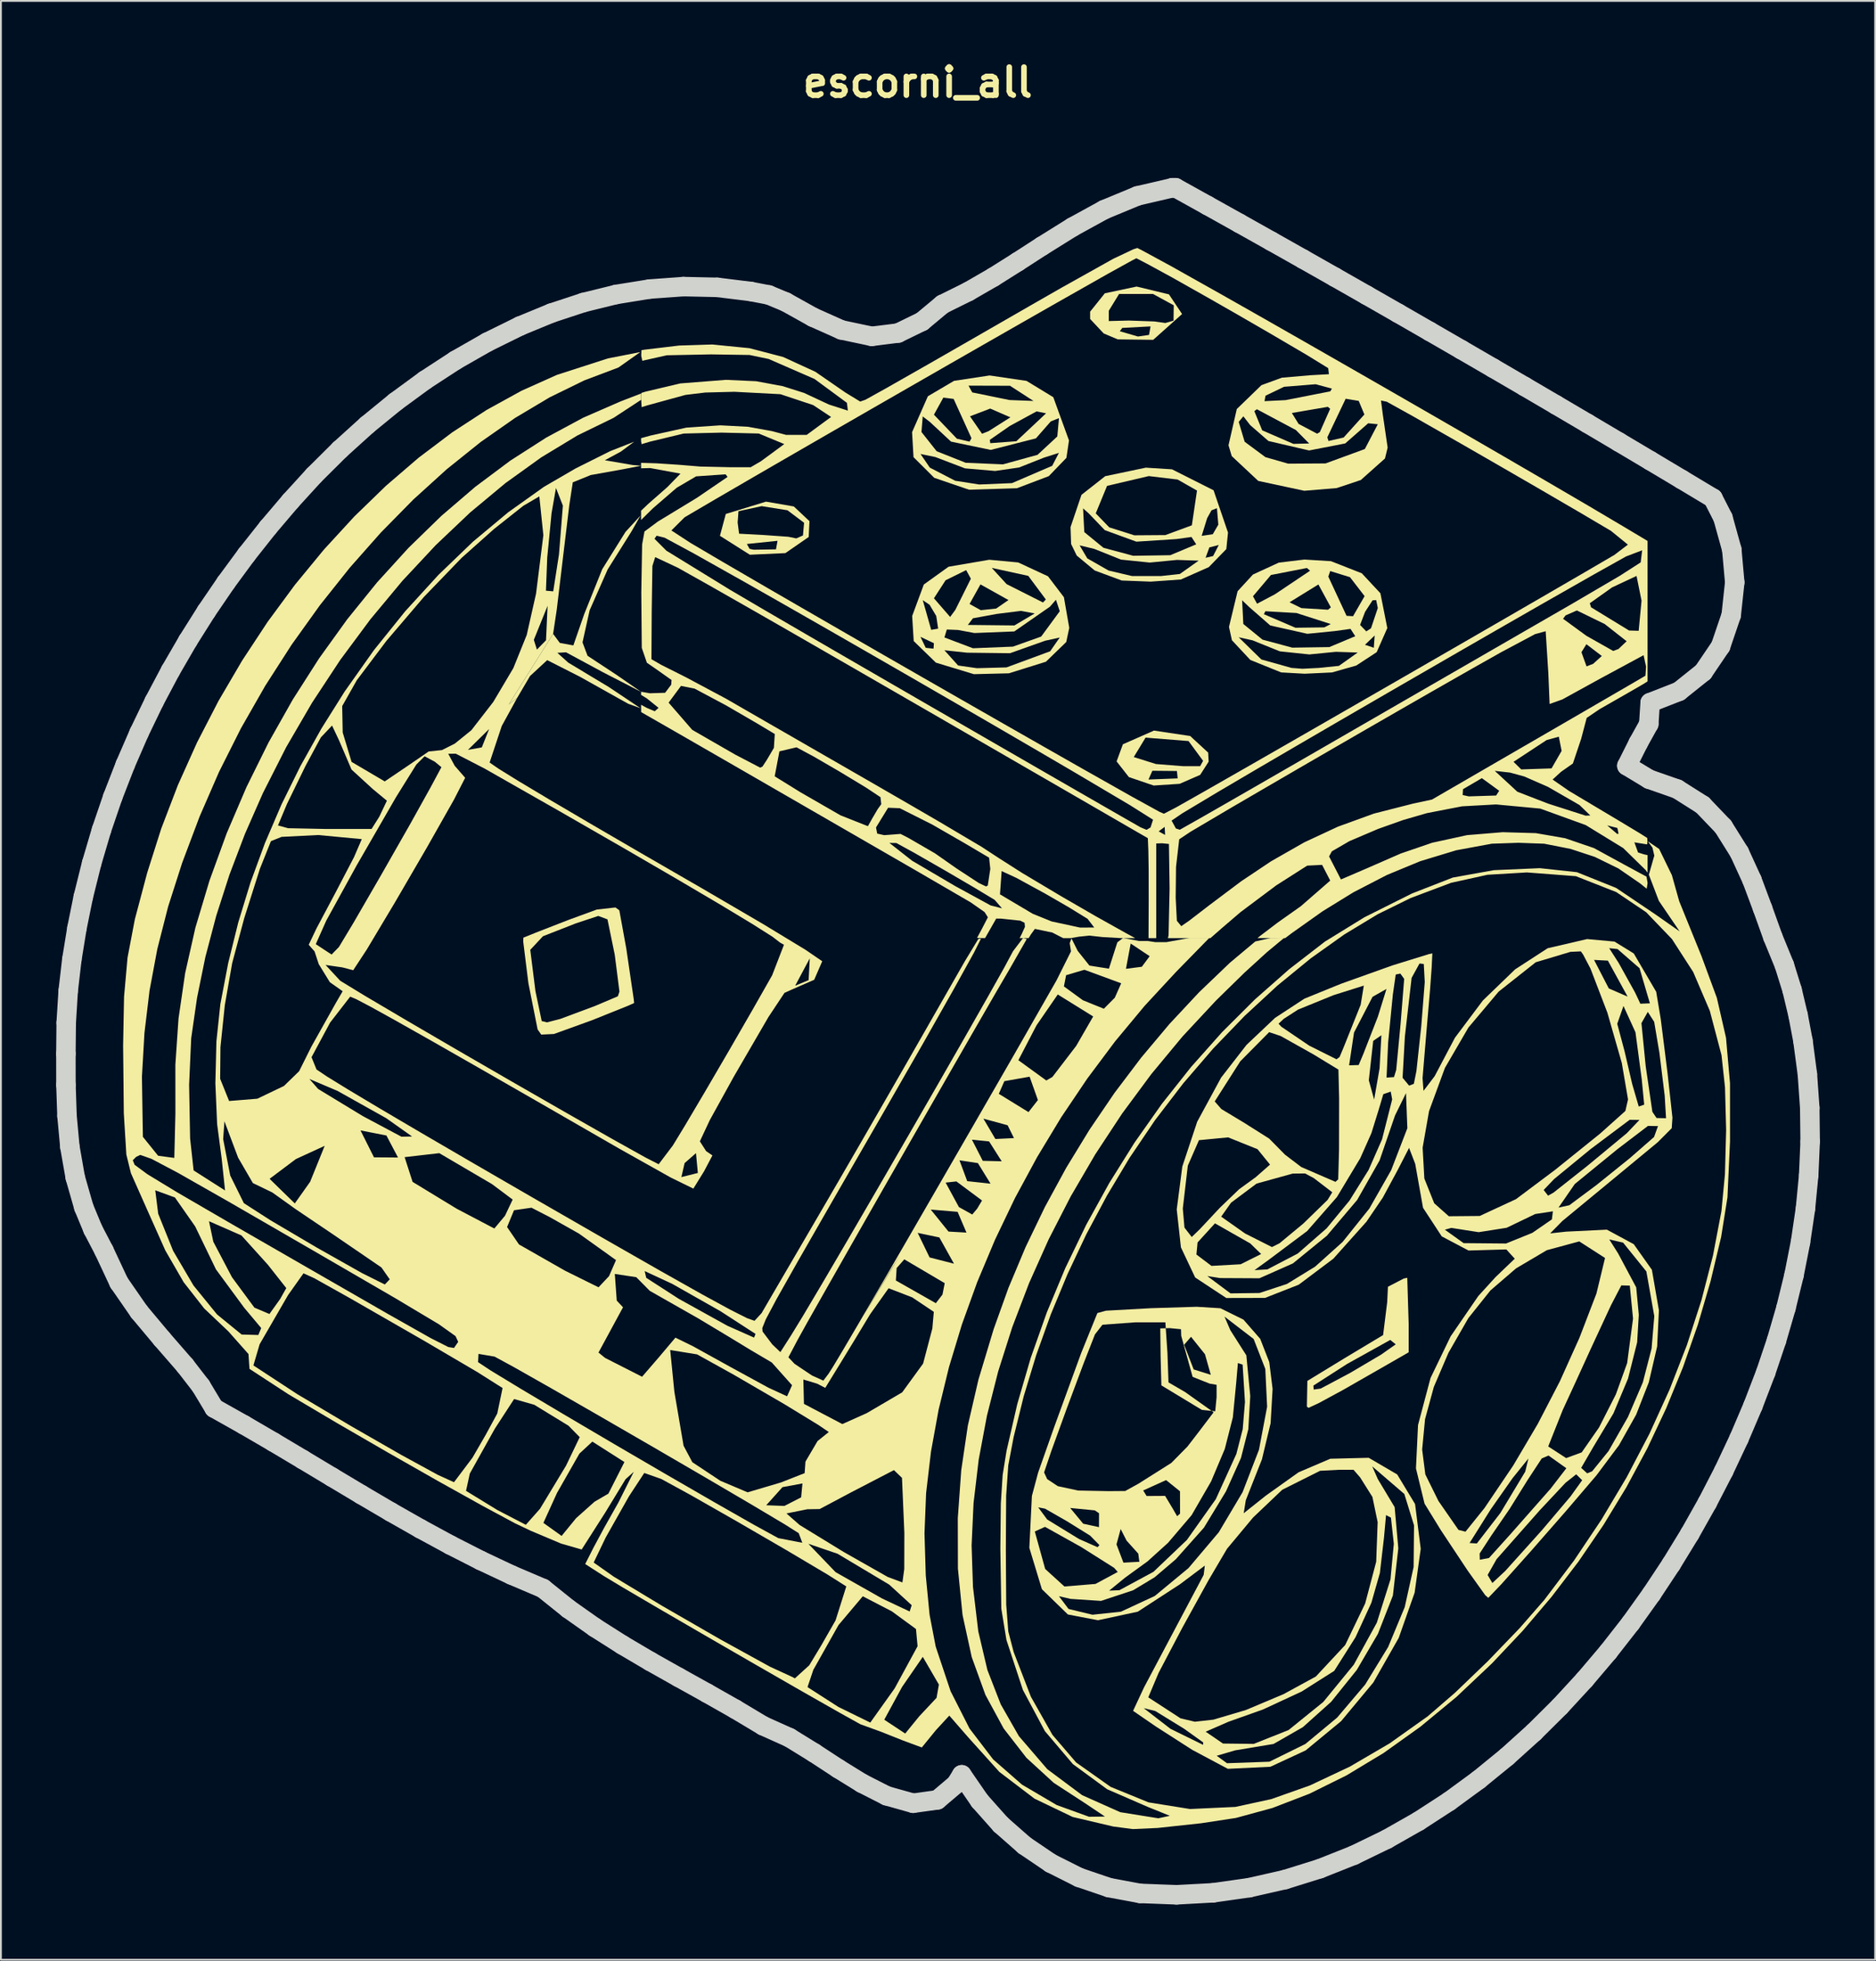
<source format=kicad_pcb>
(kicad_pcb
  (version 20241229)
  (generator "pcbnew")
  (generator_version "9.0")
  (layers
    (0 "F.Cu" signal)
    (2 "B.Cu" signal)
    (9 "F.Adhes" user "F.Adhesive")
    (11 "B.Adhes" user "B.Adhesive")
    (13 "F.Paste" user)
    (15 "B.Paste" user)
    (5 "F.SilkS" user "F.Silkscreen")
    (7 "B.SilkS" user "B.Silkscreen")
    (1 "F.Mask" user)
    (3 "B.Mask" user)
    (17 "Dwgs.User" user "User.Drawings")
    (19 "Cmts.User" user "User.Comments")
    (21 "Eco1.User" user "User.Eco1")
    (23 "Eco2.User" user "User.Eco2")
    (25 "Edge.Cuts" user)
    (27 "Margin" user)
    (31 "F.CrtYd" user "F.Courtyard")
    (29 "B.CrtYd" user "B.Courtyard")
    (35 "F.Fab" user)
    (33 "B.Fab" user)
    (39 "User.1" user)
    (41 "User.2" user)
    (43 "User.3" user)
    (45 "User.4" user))
  (footprint "escorni_all"
    (layer "F.Cu")
    (at 46.789 52.149)
    (property "Reference" "escorni_all" (at 0 -50.722 0) (layer "F.SilkS") (effects (font (size 1.524 1.524) (thickness 0.305))))
    (attr smd)
    (fp_poly (pts (xy 21.133 21.161) (xy 21.883 20.187) (xy 23.484 19.336) (xy 25.161 18.346) (xy 25.958 17.786) (xy 25.662 17.546) (xy 23.317 18.85) (xy 21.486 20.026) (xy 21.505 20.241) (xy 21.883 20.187) (xy 21.883 20.187) (xy 21.133 21.161) (xy 21.16 19.77) (xy 23.203 18.524) (xy 25.273 17.283) (xy 25.495 15.495) (xy 25.535 14.659) (xy 26.391 14.214) (xy 26.585 14.174) (xy 26.661 16.662) (xy 26.661 18.218) (xy 25.756 18.739) (xy 23.09 20.265) (xy 21.762 20.984) (xy 21.218 21.235) (xy 21.133 21.161)) (stroke (width 0) (type solid)) (fill yes) (layer "F.SilkS"))
    (fp_poly (pts (xy -9.117 -25.082) (xy -9.279 -25.666) (xy -9.132 -25.402) (xy -8.91 -25.355) (xy -7.698 -25.375) (xy -7.698 -25.375) (xy -7.614 -25.838) (xy -9.279 -25.666) (xy -9.117 -25.082) (xy -9.702 -26.225) (xy -8.45 -26.159) (xy -7.033 -26.058) (xy -6.595 -25.968) (xy -6.233 -26.129) (xy -6.172 -26.817) (xy -7.073 -27.496) (xy -8.475 -27.72) (xy -9.735 -27.446) (xy -9.781 -26.831) (xy -9.702 -26.225) (xy -9.117 -25.082) (xy -10.742 -26.11) (xy -10.423 -27.296) (xy -8.24 -27.965) (xy -6.729 -27.703) (xy -5.88 -26.905) (xy -5.921 -26.046) (xy -7.188 -25.17) (xy -9.117 -25.082)) (stroke (width 0) (type solid)) (fill yes) (layer "F.SilkS"))
    (fp_poly (pts (xy 12.815 -12.552) (xy 12.531 -12.878) (xy 14.117 -12.94) (xy 14.117 -12.94) (xy 14.076 -13.341) (xy 12.743 -13.354) (xy 12.531 -12.878) (xy 12.815 -12.552) (xy 11.467 -13.011) (xy 11.732 -14.098) (xy 12.938 -13.719) (xy 14.398 -13.604) (xy 15.336 -13.603) (xy 15.336 -13.603) (xy 15.497 -13.893) (xy 14.707 -14.967) (xy 12.374 -15.154) (xy 11.732 -14.098) (xy 11.467 -13.011) (xy 10.8 -13.862) (xy 11.142 -14.792) (xy 12.83 -15.535) (xy 14.796 -15.241) (xy 15.773 -14.339) (xy 15.799 -13.849) (xy 15.338 -13.13) (xy 14.221 -12.645) (xy 12.815 -12.552) (xy 12.815 -12.552)) (stroke (width 0) (type solid)) (fill yes) (layer "F.SilkS"))
    (fp_poly (pts (xy 10.862 -36.774) (xy 10.974 -37.216) (xy 11.957 -36.93) (xy 12.562 -37.017) (xy 12.643 -37.478) (xy 11.108 -37.396) (xy 10.974 -37.216) (xy 10.862 -36.774) (xy 10.375 -37.768) (xy 11.461 -37.796) (xy 12.842 -37.747) (xy 13.448 -37.664) (xy 13.891 -37.79) (xy 13.891 -37.79) (xy 13.902 -38.625) (xy 12.778 -39.239) (xy 10.936 -39.24) (xy 10.375 -38.327) (xy 10.375 -37.768) (xy 10.862 -36.774) (xy 10.098 -37.097) (xy 9.362 -37.882) (xy 9.361 -38.277) (xy 10.161 -39.276) (xy 11.888 -39.642) (xy 13.643 -39.218) (xy 14.356 -38.15) (xy 12.788 -36.75) (xy 10.862 -36.774) (xy 10.862 -36.774)) (stroke (width 0) (type solid)) (fill yes) (layer "F.SilkS"))
    (fp_poly (pts (xy -20.447 0.969) (xy -19.404 0.116) (xy -17.535 -0.581) (xy -16.285 -1.11) (xy -16.199 -1.366) (xy -16.455 -3.373) (xy -16.849 -5.286) (xy -17.347 -5.473) (xy -18.564 -5.07) (xy -20.353 -4.37) (xy -21.042 -3.632) (xy -20.762 -1.398) (xy -20.421 0.234) (xy -20.131 0.305) (xy -19.404 0.116) (xy -20.447 0.969) (xy -20.643 0.689) (xy -21.144 -1.825) (xy -21.426 -4.095) (xy -21.415 -4.294) (xy -20.732 -4.57) (xy -18.981 -5.251) (xy -17.432 -5.819) (xy -16.417 -5.932) (xy -16.206 -5.781) (xy -15.827 -3.701) (xy -15.425 -0.965) (xy -15.402 -0.746) (xy -15.696 -0.611) (xy -17.688 0.189) (xy -19.757 0.937) (xy -20.447 0.969) (xy -20.447 0.969)) (stroke (width 0) (type solid)) (fill yes) (layer "F.SilkS"))
    (fp_poly (pts (xy 11.078 -23.683) (xy 13.218 -23.926) (xy 14.237 -24.039) (xy 15.256 -24.761) (xy 14.076 -24.801) (xy 12.601 -24.658) (xy 11.039 -24.818) (xy 9.586 -25.4) (xy 8.792 -25.59) (xy 9.208 -24.885) (xy 10.365 -24.224) (xy 11.635 -23.926) (xy 13.218 -23.926) (xy 11.078 -23.683) (xy 9.609 -24.228) (xy 8.634 -25.039) (xy 8.979 -27.6) (xy 9.045 -26.312) (xy 10.085 -25.46) (xy 11.701 -25.026) (xy 13.714 -25.057) (xy 15.124 -25.647) (xy 14.866 -26.046) (xy 14.048 -25.933) (xy 11.874 -25.792) (xy 10.161 -26.416) (xy 9.281 -27.332) (xy 8.979 -27.6) (xy 8.634 -25.039) (xy 8.33 -25.664) (xy 8.298 -26.58) (xy 8.892 -28.334) (xy 10.282 -28.821) (xy 9.667 -27.328) (xy 10.401 -26.569) (xy 11.765 -26.137) (xy 13.445 -26.149) (xy 14.887 -26.679) (xy 15.166 -28.566) (xy 14.113 -29.165) (xy 12.547 -29.352) (xy 10.282 -28.821) (xy 8.892 -28.334) (xy 10.18 -29.346) (xy 12.386 -29.81) (xy 13.806 -29.72) (xy 16.066 -28.582) (xy 16.249 -27.608) (xy 15.953 -27.493) (xy 15.717 -27.068) (xy 15.42 -26.107) (xy 16.023 -26.197) (xy 16.324 -26.714) (xy 16.249 -27.608) (xy 16.066 -28.582) (xy 16.85 -26.285) (xy 16.04 -25.011) (xy 16.349 -25.612) (xy 15.838 -25.48) (xy 15.632 -24.917) (xy 16.04 -25.011) (xy 16.85 -26.285) (xy 16.759 -25.389) (xy 15.806 -24.409) (xy 14.29 -23.738) (xy 12.651 -23.622) (xy 11.078 -23.683)) (stroke (width 0) (type solid)) (fill yes) (layer "F.SilkS"))
    (fp_poly (pts (xy 2.784 -28.613) (xy 5.118 -28.97) (xy 7.302 -29.91) (xy 7.667 -30.612) (xy 6.853 -30.353) (xy 5.507 -29.82) (xy 4.206 -29.63) (xy 2.57 -29.771) (xy 0.956 -30.386) (xy 0.151 -30.552) (xy 0.655 -29.813) (xy 2.033 -29.099) (xy 3.34 -28.896) (xy 5.118 -28.97) (xy 2.784 -28.613) (xy 0.897 -29.258) (xy -0.229 -30.38) (xy 0.272 -32.591) (xy 0.203 -31.745) (xy 1.029 -30.701) (xy 2.603 -30.076) (xy 4.628 -29.989) (xy 6.506 -30.506) (xy 7.58 -31.504) (xy 7.669 -32.498) (xy 7.226 -32.321) (xy 6.419 -31.4) (xy 3.964 -30.773) (xy 1.809 -31.223) (xy 0.661 -32.291) (xy 0.272 -32.591) (xy -0.229 -30.38) (xy -0.307 -31.738) (xy 0.551 -33.686) (xy 1.391 -33.613) (xy 0.88 -32.686) (xy 2.128 -31.381) (xy 2.814 -31.223) (xy 2.918 -31.409) (xy 1.95 -33.541) (xy 1.391 -33.613) (xy 0.551 -33.686) (xy 2.757 -34.263) (xy 2.96 -33.895) (xy 4.983 -33.481) (xy 6.287 -33.431) (xy 5.01 -34.256) (xy 2.757 -34.263) (xy 0.551 -33.686) (xy 1.972 -34.523) (xy 5.032 -32.542) (xy 3.937 -33.017) (xy 2.838 -32.597) (xy 3.493 -31.65) (xy 3.845 -31.79) (xy 5.032 -32.542) (xy 1.972 -34.523) (xy 3.904 -34.815) (xy 5.909 -34.52) (xy 6.97 -32.76) (xy 6.454 -32.864) (xy 4.995 -32.071) (xy 3.916 -31.319) (xy 3.939 -31.138) (xy 5.357 -31.245) (xy 5.357 -31.245) (xy 6.97 -32.76) (xy 5.909 -34.52) (xy 7.362 -33.635) (xy 8.214 -31.288) (xy 8.074 -30.341) (xy 7.117 -29.349) (xy 5.386 -28.692) (xy 2.784 -28.613)) (stroke (width 0) (type solid)) (fill yes) (layer "F.SilkS"))
    (fp_poly (pts (xy 3.052 -18.598) (xy 4.822 -18.966) (xy 7.192 -19.841) (xy 7.711 -20.588) (xy 6.921 -20.414) (xy 5.01 -19.735) (xy 2.677 -19.764) (xy 1.449 -19.897) (xy 2.193 -19.069) (xy 3.215 -18.923) (xy 4.822 -18.966) (xy 3.052 -18.598) (xy 0.435 -20.028) (xy 0.858 -19.983) (xy 0.858 -19.983) (xy 0.879 -20.279) (xy 0.148 -20.625) (xy 0.435 -20.028) (xy 3.052 -18.598) (xy 0.986 -19.224) (xy 1.58 -21.022) (xy 1.45 -20.592) (xy 2.999 -20.005) (xy 5.169 -20.093) (xy 5.169 -20.093) (xy 6.703 -20.639) (xy 7.713 -22.015) (xy 7.506 -22.638) (xy 7.178 -22.261) (xy 5.245 -20.918) (xy 3.079 -20.832) (xy 2.183 -20.998) (xy 1.58 -21.022) (xy 0.986 -19.224) (xy 1.108 -21.072) (xy 1.006 -21.756) (xy 0.644 -22.365) (xy 0.274 -22.615) (xy 0.732 -21.004) (xy 1.108 -21.072) (xy 0.986 -19.224) (xy 1.76 -21.705) (xy 2.043 -22.09) (xy 2.885 -23.781) (xy 2.63 -24.247) (xy 1.512 -23.696) (xy 0.88 -22.718) (xy 1.76 -21.705) (xy 0.986 -19.224) (xy -0.219 -20.397) (xy -0.302 -21.757) (xy 0.33 -23.465) (xy 1.674 -24.431) (xy 4.021 -24.367) (xy 4.828 -23.486) (xy 6.803 -22.49) (xy 6.956 -22.654) (xy 6.003 -23.935) (xy 4.021 -24.367) (xy 1.674 -24.431) (xy 3.884 -24.81) (xy 3.407 -23.472) (xy 2.814 -22.409) (xy 3.424 -22.072) (xy 4.259 -22.16) (xy 4.928 -22.622) (xy 3.407 -23.472) (xy 3.884 -24.81) (xy 5.455 -24.664) (xy 7.074 -23.912) (xy 7.938 -22.777) (xy 5.608 -22.034) (xy 4.297 -21.87) (xy 2.998 -21.632) (xy 2.722 -21.271) (xy 5.249 -21.243) (xy 6.351 -21.895) (xy 5.608 -22.034) (xy 7.938 -22.777) (xy 8.229 -21.112) (xy 8.065 -20.344) (xy 6.961 -19.273) (xy 4.95 -18.645) (xy 3.052 -18.598)) (stroke (width 0) (type solid)) (fill yes) (layer "F.SilkS"))
    (fp_poly (pts (xy 19.735 -18.694) (xy 21.774 -18.937) (xy 22.873 -19.049) (xy 23.893 -19.772) (xy 22.712 -19.812) (xy 21.264 -19.669) (xy 19.663 -19.838) (xy 18.178 -20.437) (xy 17.429 -20.601) (xy 18.662 -19.396) (xy 20.295 -18.938) (xy 20.889 -18.892) (xy 21.774 -18.937) (xy 19.735 -18.694) (xy 18.063 -19.37) (xy 17.063 -20.439) (xy 17.617 -22.611) (xy 17.682 -21.323) (xy 18.722 -20.473) (xy 20.341 -20.038) (xy 22.351 -20.068) (xy 23.76 -20.659) (xy 23.503 -21.057) (xy 22.659 -20.939) (xy 21.157 -20.79) (xy 19.145 -21.242) (xy 17.992 -22.251) (xy 17.617 -22.611) (xy 17.063 -20.439) (xy 16.903 -21.163) (xy 17.371 -23.101) (xy 18.881 -22.015) (xy 18.797 -21.855) (xy 20.513 -21.119) (xy 22.082 -21.139) (xy 22.082 -21.139) (xy 22.429 -21.32) (xy 20.568 -21.918) (xy 18.881 -22.015) (xy 17.371 -23.101) (xy 19.182 -23.983) (xy 18.206 -22.827) (xy 18.428 -22.423) (xy 19.404 -22.939) (xy 21.307 -24.215) (xy 21.135 -24.362) (xy 19.182 -23.983) (xy 17.371 -23.101) (xy 18.205 -24.008) (xy 19.609 -24.654) (xy 22.401 -24.196) (xy 22.297 -23.896) (xy 23.288 -21.766) (xy 23.64 -21.745) (xy 23.64 -21.745) (xy 24.268 -22.835) (xy 23.474 -23.864) (xy 22.401 -24.196) (xy 19.609 -24.654) (xy 20.996 -24.821) (xy 24.289 -20.193) (xy 24.768 -20.032) (xy 24.815 -20.698) (xy 24.289 -20.193) (xy 20.996 -24.821) (xy 21.759 -23.468) (xy 20.191 -22.501) (xy 20.837 -22.185) (xy 22.283 -22.096) (xy 22.435 -22.225) (xy 21.759 -23.468) (xy 20.996 -24.821) (xy 22.443 -24.732) (xy 24.117 -24.074) (xy 24.898 -22.621) (xy 24.701 -22.609) (xy 24.293 -21.98) (xy 24.023 -21.271) (xy 24.359 -20.921) (xy 24.615 -21.088) (xy 24.985 -22.189) (xy 24.898 -22.621) (xy 24.117 -24.074) (xy 25.126 -22.99) (xy 25.501 -21.101) (xy 24.924 -19.792) (xy 23.812 -19.065) (xy 22.498 -18.692) (xy 21.013 -18.622) (xy 19.735 -18.694) (xy 19.735 -18.694)) (stroke (width 0) (type solid)) (fill yes) (layer "F.SilkS"))
    (fp_poly (pts (xy 16.842 40.831) (xy 19.099 40.444) (xy 21.051 39.483) (xy 22.777 38.05) (xy 24.299 36.256) (xy 25.546 34.218) (xy 26.447 32.052) (xy 26.93 29.873) (xy 26.953 27.613) (xy 26.425 25.909) (xy 24.683 24.412) (xy 24.986 25.101) (xy 25.899 26.622) (xy 26.099 28.858) (xy 25.804 31.424) (xy 24.991 33.502) (xy 23.843 35.463) (xy 22.453 37.191) (xy 20.915 38.569) (xy 19.323 39.481) (xy 17.234 39.829) (xy 16.237 40.122) (xy 16.795 40.527) (xy 19.099 40.444) (xy 16.842 40.831) (xy 15.499 39.529) (xy 15.502 39.396) (xy 14.458 38.65) (xy 12.898 37.691) (xy 12.272 37.536) (xy 13.727 38.659) (xy 15.499 39.529) (xy 15.499 39.529) (xy 16.842 40.831) (xy 14.914 39.805) (xy 16.577 39.458) (xy 18.249 39.477) (xy 18.249 39.477) (xy 20.142 38.724) (xy 22.022 37.203) (xy 23.681 35.177) (xy 24.933 32.894) (xy 25.673 30.546) (xy 25.855 28.617) (xy 25.699 27.193) (xy 25.432 27.056) (xy 25.321 28.277) (xy 25.098 30.198) (xy 24.637 31.812) (xy 23.776 33.685) (xy 22.619 35.513) (xy 20.851 36.634) (xy 18.748 37.61) (xy 16.872 38.276) (xy 15.638 38.815) (xy 16.577 39.458) (xy 14.914 39.805) (xy 12.943 38.54) (xy 11.695 37.683) (xy 15.796 30.584) (xy 14.366 33.177) (xy 13.078 35.627) (xy 12.52 36.95) (xy 14.274 38.09) (xy 15.05 38.274) (xy 16.052 38.162) (xy 17.82 37.638) (xy 19.867 36.776) (xy 21.62 35.82) (xy 23.213 34.111) (xy 24.299 31.853) (xy 24.898 29.587) (xy 24.977 27.437) (xy 24.692 26.069) (xy 24.026 25.01) (xy 23.666 24.595) (xy 22.9 24.595) (xy 21.85 24.651) (xy 19.796 25.68) (xy 18.207 27.192) (xy 16.796 28.886) (xy 15.796 30.584) (xy 11.695 37.683) (xy 12.286 36.416) (xy 13.932 33.312) (xy 15.529 30.301) (xy 16.349 27.988) (xy 17.641 25.813) (xy 18.532 23.508) (xy 18.974 21.172) (xy 18.876 19.123) (xy 18.242 17.494) (xy 16.66 16.28) (xy 16.975 17.014) (xy 17.846 18.384) (xy 18.058 20.598) (xy 17.953 22.391) (xy 17.554 23.955) (xy 16.739 25.769) (xy 15.542 27.74) (xy 14.013 29.455) (xy 12.863 30.434) (xy 11.696 31.138) (xy 9.954 31.714) (xy 8.301 31.605) (xy 7.67 31.461) (xy 8.19 32.151) (xy 9.488 32.465) (xy 11.035 32.3) (xy 12.874 31.447) (xy 14.704 29.933) (xy 16.349 27.988) (xy 15.529 30.301) (xy 15.591 29.798) (xy 14.238 30.813) (xy 11.952 32.299) (xy 9.791 32.764) (xy 8.155 32.452) (xy 6.921 29.98) (xy 7.967 30.932) (xy 9.653 30.793) (xy 10.864 30.142) (xy 10.663 29.918) (xy 8.879 28.791) (xy 6.913 27.694) (xy 6.358 27.945) (xy 6.921 29.98) (xy 8.155 32.452) (xy 6.743 31.078) (xy 10.397 31.157) (xy 10.952 31.134) (xy 10.952 31.134) (xy 12.801 30.136) (xy 14.616 28.407) (xy 16.187 26.192) (xy 17.304 23.735) (xy 17.65 22.386) (xy 17.771 20.915) (xy 17.644 18.885) (xy 17.387 18.802) (xy 17.294 19.89) (xy 17.113 21.75) (xy 16.675 23.467) (xy 15.933 25.226) (xy 14.875 27.057) (xy 13.592 28.563) (xy 12.474 29.573) (xy 11.267 30.448) (xy 10.397 31.157) (xy 6.743 31.078) (xy 6.061 28.833) (xy 6.543 26.635) (xy 7.029 27.293) (xy 8.76 28.354) (xy 9.764 28.798) (xy 9.869 28.687) (xy 9.364 28.171) (xy 8.084 27.377) (xy 6.913 26.707) (xy 6.543 26.635) (xy 6.061 28.833) (xy 6.862 24.74) (xy 7.03 25.102) (xy 7.61 25.486) (xy 8.716 25.723) (xy 10.355 25.755) (xy 11.267 25.748) (xy 11.989 25.349) (xy 13.773 24.223) (xy 14.649 23.333) (xy 15.281 22.513) (xy 16.068 21.475) (xy 14.52 20.376) (xy 13.618 19.851) (xy 13.561 18.248) (xy 13.448 16.589) (xy 11.817 16.59) (xy 10.032 16.72) (xy 9.624 17.246) (xy 9.007 18.823) (xy 8.095 21.265) (xy 7.257 23.571) (xy 6.862 24.74) (xy 6.061 28.833) (xy 6.2 26.016) (xy 10.794 28.645) (xy 11.171 29.637) (xy 12.036 29.59) (xy 11.977 29.148) (xy 11.341 28.44) (xy 11.021 27.813) (xy 10.794 28.645) (xy 6.2 26.016) (xy 9.618 26.8) (xy 8.28 26.67) (xy 8.986 27.523) (xy 9.843 27.71) (xy 9.843 27.71) (xy 9.846 26.956) (xy 9.618 26.8) (xy 6.2 26.016) (xy 12.244 25.718) (xy 12.429 26.019) (xy 13.434 26.013) (xy 13.843 26.693) (xy 14.087 27.116) (xy 14.245 26.978) (xy 14.245 26.978) (xy 14.242 25.763) (xy 13.488 25.156) (xy 12.244 25.718) (xy 6.2 26.016) (xy 6.538 24.75) (xy 7.406 22.288) (xy 8.132 20.298) (xy 8.874 18.265) (xy 9.757 16.086) (xy 10.222 15.959) (xy 12.661 15.823) (xy 14.297 16.965) (xy 13.683 16.905) (xy 13.172 16.92) (xy 13.19 18.422) (xy 13.232 20.014) (xy 15.433 21.346) (xy 16.156 21.418) (xy 16.156 21.418) (xy 16.23 20.656) (xy 16.23 19.982) (xy 15.853 19.918) (xy 14.928 19.551) (xy 14.309 17.322) (xy 14.297 16.965) (xy 12.661 15.823) (xy 15.152 15.746) (xy 15.915 19.439) (xy 15.599 18.322) (xy 14.841 17.376) (xy 14.467 17.81) (xy 14.987 19.149) (xy 15.915 19.439) (xy 15.152 15.746) (xy 16.437 15.826) (xy 17.691 16.445) (xy 18.599 17.487) (xy 19.091 18.75) (xy 19.271 20.206) (xy 19.164 22.068) (xy 18.693 24.028) (xy 17.816 26.248) (xy 17.703 26.955) (xy 18.916 25.991) (xy 20.683 24.732) (xy 22.405 23.997) (xy 24.49 23.944) (xy 26.038 24.849) (xy 27.009 26.456) (xy 27.316 28.886) (xy 26.985 31.268) (xy 26.12 33.725) (xy 24.745 36.139) (xy 22.997 38.239) (xy 21.068 39.83) (xy 19.152 40.719) (xy 16.842 40.831) (xy 16.842 40.831)) (stroke (width 0) (type solid)) (fill yes) (layer "F.SilkS"))
    (fp_poly (pts (xy 30.816 31.4) (xy 31.909 30.086) (xy 33.893 27.882) (xy 35.452 26.043) (xy 36.084 25.162) (xy 35.759 24.842) (xy 35.179 25.302) (xy 33.756 26.821) (xy 31.434 29.451) (xy 30.949 30.307) (xy 31.206 30.743) (xy 31.909 30.086) (xy 30.816 31.4) (xy 31.023 29.385) (xy 32.197 28.084) (xy 34.368 25.622) (xy 35.225 24.512) (xy 34.255 23.822) (xy 33.888 23.981) (xy 33.123 25.146) (xy 32.136 26.731) (xy 31.149 28.168) (xy 30.516 29.141) (xy 30.525 29.481) (xy 31.023 29.385) (xy 31.023 29.385) (xy 30.816 31.4) (xy 30.364 28.596) (xy 31.64 26.944) (xy 32.992 24.696) (xy 33.164 23.984) (xy 32.299 25.057) (xy 31.115 26.747) (xy 29.968 28.572) (xy 30.364 28.596) (xy 30.816 31.4) (xy 29.747 27.957) (xy 30.778 26.675) (xy 32.337 24.367) (xy 33.672 22.106) (xy 34.871 19.794) (xy 35.934 17.434) (xy 36.858 15.028) (xy 37.325 13.097) (xy 35.926 12.197) (xy 34.163 12.675) (xy 32.493 13.661) (xy 31.1 14.861) (xy 29.904 16.36) (xy 28.822 18.244) (xy 28.027 20.099) (xy 27.551 21.847) (xy 27.393 23.498) (xy 27.567 24.85) (xy 28.279 26.291) (xy 29.367 27.86) (xy 29.747 27.957) (xy 30.816 31.4) (xy 29.862 30.064) (xy 35.025 21.356) (xy 34.24 23.329) (xy 35.213 23.961) (xy 36.058 23.651) (xy 36.058 23.651) (xy 36.999 22.299) (xy 37.912 20.505) (xy 38.527 18.802) (xy 38.845 16.388) (xy 38.67 14.597) (xy 38.21 14.585) (xy 37.647 15.666) (xy 36.546 18.039) (xy 35.714 19.861) (xy 35.025 21.356) (xy 29.862 30.064) (xy 28.412 27.878) (xy 27.523 26.433) (xy 27.057 24.522) (xy 27.169 22.167) (xy 27.849 19.612) (xy 28.94 17.352) (xy 34.44 11.001) (xy 34.493 10.564) (xy 33.536 10.71) (xy 31.98 11.458) (xy 30.462 11.696) (xy 28.978 11.464) (xy 28.627 11.561) (xy 29.646 12.291) (xy 31.947 12.312) (xy 31.947 12.312) (xy 33.379 11.732) (xy 34.44 11.001) (xy 28.94 17.352) (xy 30.444 15.161) (xy 35.386 10.234) (xy 36.87 9.129) (xy 38.667 7.682) (xy 39.986 6.53) (xy 40.202 5.936) (xy 39.657 5.927) (xy 37.981 7.204) (xy 35.681 9.083) (xy 34.799 10.361) (xy 35.386 10.234) (xy 35.386 10.234) (xy 30.444 15.161) (xy 31.381 14.133) (xy 32.422 13.137) (xy 31.965 12.633) (xy 29.912 12.692) (xy 28.457 11.924) (xy 26.59 6.051) (xy 26.516 4.147) (xy 25.921 5.358) (xy 25.081 7.801) (xy 23.864 9.947) (xy 22.22 11.888) (xy 20.373 13.393) (xy 18.555 14.199) (xy 16.422 14.188) (xy 15.727 14.079) (xy 16.987 15.019) (xy 18.557 14.999) (xy 18.557 14.999) (xy 20.049 14.508) (xy 21.578 13.57) (xy 23.072 12.228) (xy 24.524 10.416) (xy 25.711 8.331) (xy 26.59 6.051) (xy 28.457 11.924) (xy 27.513 8.784) (xy 28.048 10.125) (xy 28.842 10.832) (xy 30.517 10.817) (xy 30.517 10.817) (xy 32.49 9.903) (xy 34.62 8.308) (xy 37.065 6.338) (xy 38.43 5.116) (xy 38.574 4.489) (xy 38.235 2.507) (xy 37.452 -0.222) (xy 36.537 -2.609) (xy 36.132 -3.381) (xy 36.012 -3.549) (xy 35.444 -3.522) (xy 33.563 -2.958) (xy 31.548 -1.364) (xy 29.906 0.587) (xy 28.63 2.778) (xy 27.767 5.126) (xy 27.419 7.111) (xy 27.513 8.784) (xy 28.457 11.924) (xy 27.44 10.37) (xy 26.943 3.642) (xy 27.082 2.946) (xy 27.342 0.542) (xy 27.535 -1.883) (xy 27.482 -2.864) (xy 27.25 -2.89) (xy 26.821 -2.11) (xy 26.455 1.078) (xy 26.331 3.313) (xy 26.686 3.741) (xy 26.943 3.642) (xy 26.943 3.642) (xy 27.44 10.37) (xy 27.017 7.989) (xy 26.683 7.12) (xy 26.066 8.32) (xy 25.255 9.822) (xy 24.367 11.13) (xy 22.569 13.137) (xy 20.688 14.549) (xy 18.859 15.265) (xy 16.758 15.27) (xy 15.067 14.156) (xy 19.052 13.204) (xy 18.29 13.757) (xy 18.989 13.717) (xy 20.639 12.855) (xy 22.204 11.489) (xy 23.445 9.986) (xy 24.485 8.316) (xy 25.215 6.657) (xy 25.766 4.485) (xy 25.687 4.064) (xy 25.284 4.205) (xy 25.041 5.021) (xy 24.638 6.319) (xy 24.034 7.677) (xy 22.764 9.79) (xy 21.147 11.636) (xy 19.052 13.204) (xy 15.067 14.156) (xy 17.536 13.438) (xy 18.65 12.882) (xy 18.059 12.307) (xy 16.142 11.217) (xy 15.197 12.254) (xy 15.134 12.909) (xy 15.954 13.527) (xy 17.536 13.438) (xy 15.067 14.156) (xy 14.485 11.447) (xy 14.88 11.958) (xy 15.314 11.539) (xy 16.404 10.375) (xy 17.455 9.364) (xy 18.354 8.712) (xy 19.132 8.028) (xy 18.453 7.191) (xy 16.857 6.549) (xy 15.272 6.702) (xy 14.667 8.087) (xy 14.395 10.412) (xy 14.485 11.447) (xy 15.067 14.156) (xy 14.293 12.52) (xy 17.017 10.094) (xy 16.48 10.852) (xy 17.78 11.769) (xy 19.236 12.504) (xy 19.647 12.299) (xy 19.647 12.299) (xy 20.944 11.225) (xy 22.257 9.946) (xy 22.512 9.529) (xy 21.513 8.763) (xy 21.037 8.508) (xy 20.366 8.515) (xy 18.403 9.058) (xy 17.017 10.094) (xy 14.293 12.52) (xy 19.944 7.487) (xy 20.83 8.16) (xy 21.759 8.562) (xy 22.686 8.964) (xy 22.835 8.826) (xy 22.835 8.826) (xy 22.879 7.231) (xy 22.884 4.419) (xy 22.846 2.869) (xy 21.49 2.044) (xy 19.71 1.046) (xy 19.085 0.837) (xy 17.517 2.419) (xy 16.128 4.598) (xy 16.49 5.012) (xy 17.711 5.747) (xy 19.085 6.615) (xy 19.944 7.487) (xy 14.293 12.52) (xy 14.066 10.461) (xy 14.368 8.134) (xy 15.178 5.697) (xy 16.476 3.305) (xy 17.854 1.53) (xy 19.873 0.117) (xy 19.594 0.38) (xy 19.752 0.546) (xy 21.262 1.57) (xy 22.742 2.309) (xy 22.908 2.189) (xy 23.127 1.666) (xy 24.054 -0.648) (xy 24.225 -1.69) (xy 22.578 -1.17) (xy 20.649 -0.385) (xy 19.873 0.117) (xy 17.854 1.53) (xy 19.406 0.061) (xy 21.001 -0.982) (xy 25.958 -2.29) (xy 25.804 -1.221) (xy 25.546 1.4) (xy 25.461 3.304) (xy 25.864 3.278) (xy 25.864 3.278) (xy 25.984 2.889) (xy 26.22 0.412) (xy 26.417 -2.056) (xy 26.209 -2.344) (xy 25.958 -2.29) (xy 21.001 -0.982) (xy 22.98 -1.787) (xy 25.784 -2.789) (xy 25.082 2.795) (xy 25.18 1.005) (xy 24.735 1.311) (xy 24.497 3.449) (xy 24.786 4.498) (xy 25.082 2.795) (xy 25.784 -2.789) (xy 25.456 -1.509) (xy 24.699 -1.081) (xy 23.694 0.857) (xy 23.426 2.638) (xy 23.946 2.621) (xy 23.946 2.621) (xy 24.2 2.017) (xy 24.988 -0.001) (xy 25.456 -1.509) (xy 25.784 -2.789) (xy 27.764 -3.401) (xy 27.947 -3.44) (xy 27.912 -2.696) (xy 27.824 -1.488) (xy 27.663 0.374) (xy 27.415 3.332) (xy 27.467 4.023) (xy 28.074 3.224) (xy 29.173 1.142) (xy 30.692 -0.884) (xy 32.442 -2.572) (xy 34.211 -3.719) (xy 37.551 -3.721) (xy 38.067 -2.918) (xy 38.96 -1.309) (xy 39.243 -0.707) (xy 39.761 -0.729) (xy 39.761 -0.729) (xy 39.199 -2.634) (xy 38.003 -3.675) (xy 37.551 -3.721) (xy 34.211 -3.719) (xy 36.352 -4.217) (xy 39.195 5.602) (xy 38.664 5.595) (xy 36.54 7.187) (xy 34.561 8.811) (xy 33.992 9.405) (xy 34.233 9.715) (xy 34.533 9.544) (xy 36.368 8.094) (xy 38.511 6.32) (xy 39.195 5.602) (xy 36.352 -4.217) (xy 38.797 3.641) (xy 39.156 4.875) (xy 39.452 4.773) (xy 39.318 3.395) (xy 38.978 0.843) (xy 38.327 -0.583) (xy 37.988 0.382) (xy 38.387 1.877) (xy 38.797 3.641) (xy 36.352 -4.217) (xy 37.48 -3.046) (xy 36.729 -3.086) (xy 37.53 -1.537) (xy 38.551 -1.094) (xy 37.48 -3.046) (xy 36.352 -4.217) (xy 37.839 -4.08) (xy 38.886 -3.435) (xy 40.104 -1.354) (xy 40.564 4.277) (xy 40.279 1.962) (xy 39.994 0.276) (xy 39.648 -0.263) (xy 39.302 0.348) (xy 39.536 2.702) (xy 39.897 5.164) (xy 40.123 5.498) (xy 40.638 5.51) (xy 40.638 5.51) (xy 40.564 4.277) (xy 40.104 -1.354) (xy 40.351 0.126) (xy 40.72 3.063) (xy 40.986 5.482) (xy 40.947 6.051) (xy 40.194 6.807) (xy 37.747 8.83) (xy 35.004 11.092) (xy 34.346 11.762) (xy 37.556 12.091) (xy 38.038 12.854) (xy 39.018 14.692) (xy 39.159 16.179) (xy 39.069 17.679) (xy 38.574 19.644) (xy 37.783 21.531) (xy 36.693 23.349) (xy 36.03 24.492) (xy 36.357 24.789) (xy 36.625 24.678) (xy 37.513 23.583) (xy 38.569 21.733) (xy 39.377 19.854) (xy 39.854 18.01) (xy 40 16.254) (xy 39.57 13.829) (xy 38.306 12.263) (xy 37.556 12.091) (xy 34.346 11.762) (xy 35.211 11.667) (xy 37.425 11.559) (xy 38.884 12.347) (xy 39.87 13.738) (xy 40.251 15.94) (xy 40.155 17.902) (xy 39.703 19.844) (xy 39.014 21.606) (xy 38.082 23.263) (xy 36.861 24.896) (xy 35.206 26.833) (xy 33.292 29.02) (xy 31.694 30.808) (xy 30.985 31.548) (xy 30.816 31.4) (xy 30.816 31.4)) (stroke (width 0) (type solid)) (fill yes) (layer "F.SilkS"))
    (fp_poly (pts (xy 3.221 -4.28) (xy 4.578 -5.884) (xy 4.578 -5.884) (xy 4.177 -6.346) (xy 3.034 -7.033) (xy 1.525 -7.916) (xy -0.189 -8.9) (xy -1.159 -9.431) (xy -1.537 -9.436) (xy -0.306 -8.47) (xy 2.033 -7.095) (xy 3.958 -6.044) (xy 4.578 -5.884) (xy 3.221 -4.28) (xy 3.501 -4.801) (xy 3.809 -5.4) (xy 6.247 -5.589) (xy 7.271 -5.174) (xy 8.816 -4.841) (xy 9.586 -4.844) (xy 9.586 -4.844) (xy 9.224 -5.316) (xy 8.202 -5.945) (xy 6.927 -6.681) (xy 5.358 -7.538) (xy 4.557 -7.908) (xy 4.467 -6.645) (xy 6.247 -5.589) (xy 3.809 -5.4) (xy 3.629 -5.684) (xy 2.872 -6.212) (xy -7.768 -13.053) (xy -6.367 -12.186) (xy -4.194 -10.935) (xy -2.706 -10.345) (xy -2.478 -10.753) (xy -2.177 -11.266) (xy -1.981 -11.539) (xy -2.023 -11.92) (xy -2.804 -12.439) (xy -4.271 -13.326) (xy -5.645 -14.123) (xy -6.582 -14.627) (xy -7.511 -14.409) (xy -7.768 -13.053) (xy 2.872 -6.212) (xy -12.247 -15.576) (xy -9.913 -14.232) (xy -8.555 -13.523) (xy -8.431 -13.582) (xy -8.19 -13.952) (xy -7.811 -14.598) (xy -7.763 -15.348) (xy -8.715 -15.92) (xy -10.415 -16.907) (xy -12.115 -17.813) (xy -12.856 -17.962) (xy -13.528 -17.052) (xy -12.247 -15.576) (xy 2.872 -6.212) (xy -0.06 -7.917) (xy -2.2 -9.943) (xy -1.817 -9.857) (xy -1.226 -9.903) (xy -0.932 -9.926) (xy -0.496 -9.702) (xy 0.936 -8.872) (xy 2.103 -8.055) (xy 3.324 -7.256) (xy 3.709 -7.074) (xy 3.804 -7.122) (xy 3.804 -7.122) (xy 3.941 -8.026) (xy 3.876 -8.636) (xy 2.558 -9.415) (xy 0.794 -10.431) (xy -0.974 -11.321) (xy -1.609 -11.346) (xy -2.267 -10.274) (xy -2.2 -9.943) (xy -0.06 -7.917) (xy -1.672 -8.847) (xy -3.805 -10.078) (xy -5.703 -11.173) (xy -7.551 -12.24) (xy -9.114 -13.142) (xy -10.608 -14.003) (xy -12.507 -15.097) (xy -13.666 -15.763) (xy -15.02 -16.538) (xy -15.022 -16.737) (xy -15.024 -16.937) (xy -14.699 -16.761) (xy -14.282 -16.585) (xy -14.075 -16.77) (xy -14.711 -17.283) (xy -15.024 -17.472) (xy -15.024 -17.644) (xy -14.543 -17.561) (xy -13.72 -17.587) (xy -13.388 -18.027) (xy -13.369 -18.281) (xy -14.246 -18.9) (xy -14.709 -19.219) (xy -14.986 -20.024) (xy -14.296 -25.949) (xy -13.652 -25.304) (xy -10.196 -23.181) (xy -8.292 -22.063) (xy -5.883 -20.661) (xy -3.868 -19.493) (xy -1.559 -18.157) (xy 0.499 -16.967) (xy 2.766 -15.658) (xy 4.285 -14.781) (xy 5.875 -13.864) (xy 7.483 -12.937) (xy 8.985 -12.072) (xy 11.088 -10.863) (xy 12.097 -10.286) (xy 12.428 -10.147) (xy 12.643 -10.277) (xy 12.779 -10.697) (xy 11.521 -11.49) (xy 8.409 -13.332) (xy 6.32 -14.553) (xy 3.999 -15.904) (xy 1.82 -17.166) (xy -0.42 -18.46) (xy -2.659 -19.749) (xy -4.845 -21.004) (xy -7.172 -22.334) (xy -9.28 -23.532) (xy -12.159 -25.15) (xy -13.745 -26.007) (xy -14.181 -26.114) (xy -14.296 -25.949) (xy -14.986 -20.024) (xy -15.012 -23.042) (xy -14.967 -25.642) (xy -12.662 -27.114) (xy -13.378 -26.401) (xy -12.34 -25.724) (xy -10.594 -24.696) (xy -8.114 -23.253) (xy -6.086 -22.08) (xy -3.876 -20.805) (xy -1.776 -19.596) (xy 0.368 -18.365) (xy 2.522 -17.131) (xy 4.616 -15.933) (xy 6.851 -14.658) (xy 8.869 -13.51) (xy 11.669 -11.929) (xy 13.141 -11.12) (xy 13.37 -11.021) (xy 14.033 -11.366) (xy 15.523 -12.209) (xy 18.012 -13.631) (xy 19.9 -14.714) (xy 21.982 -15.91) (xy 23.94 -17.036) (xy 25.95 -18.193) (xy 27.954 -19.348) (xy 29.915 -20.479) (xy 31.985 -21.675) (xy 33.878 -22.77) (xy 36.238 -24.14) (xy 37.834 -25.073) (xy 38.566 -25.631) (xy 37.649 -26.377) (xy 35.901 -27.409) (xy 33.607 -28.745) (xy 31.56 -29.929) (xy 29.55 -31.086) (xy 26.893 -32.601) (xy 25.472 -33.39) (xy 25.159 -33.454) (xy 25.259 -32.676) (xy 25.519 -30.898) (xy 25.374 -30.307) (xy 24.063 -29.139) (xy 22.753 -28.701) (xy 20.992 -28.555) (xy 18.492 -29.09) (xy 17.052 -30.439) (xy 16.877 -31.025) (xy 17.327 -32.992) (xy 18.667 -34.289) (xy 19.775 -34.693) (xy 21.315 -34.827) (xy 22.33 -34.884) (xy 22.292 -35.212) (xy 21.135 -35.924) (xy 19.041 -37.152) (xy 17.408 -38.096) (xy 15.759 -39.039) (xy 13.784 -40.153) (xy 12.451 -40.879) (xy 11.875 -41.178) (xy 11.638 -41.058) (xy 10.313 -40.326) (xy 7.568 -38.77) (xy 5.646 -37.674) (xy 3.513 -36.454) (xy 1.517 -35.311) (xy -0.538 -34.131) (xy -2.581 -32.957) (xy -4.585 -31.803) (xy -6.692 -30.587) (xy -8.629 -29.467) (xy -10.985 -28.098) (xy -12.662 -27.114) (xy -14.967 -25.642) (xy -14.84 -26.343) (xy -14.11 -26.885) (xy -11.989 -28.174) (xy -10.327 -29.307) (xy -10.437 -29.449) (xy -12.035 -29.337) (xy -13.086 -28.721) (xy -14.389 -27.596) (xy -15.024 -26.969) (xy -15.024 -27.221) (xy -15.024 -27.473) (xy -14.636 -27.842) (xy -13.602 -28.75) (xy -12.885 -29.485) (xy -14.533 -29.789) (xy -15.024 -29.776) (xy -15.024 -29.924) (xy -15.024 -30.072) (xy -14.182 -30.046) (xy -12.977 -29.966) (xy -11.801 -29.869) (xy -10.142 -29.833) (xy -9.072 -29.833) (xy -8.511 -30.161) (xy -7.248 -31.089) (xy -8.632 -31.663) (xy -10.647 -31.712) (xy -12.71 -31.662) (xy -14.55 -31.219) (xy -14.995 -31.085) (xy -15.024 -31.247) (xy -15.024 -31.41) (xy -14.521 -31.55) (xy -12.569 -31.982) (xy -10.719 -32.108) (xy -9.219 -32.029) (xy -7.931 -31.797) (xy -7.153 -31.59) (xy -6.03 -31.589) (xy -4.706 -32.563) (xy -5.679 -33.207) (xy -7.453 -33.797) (xy -9.96 -33.929) (xy -11.54 -33.888) (xy -12.615 -33.759) (xy -14.68 -33.192) (xy -14.994 -33.095) (xy -15.016 -33.482) (xy -15.005 -33.868) (xy -14.777 -33.938) (xy -12.896 -34.382) (xy -10.415 -34.578) (xy -8.776 -34.502) (xy -7.332 -34.235) (xy -6.173 -33.867) (xy -4.819 -33.236) (xy -3.795 -32.906) (xy -3.845 -33.329) (xy -5.604 -34.624) (xy -8.093 -35.709) (xy -9.133 -35.927) (xy -11.231 -35.959) (xy -13.624 -35.911) (xy -14.959 -35.613) (xy -15.016 -35.888) (xy -15.005 -36.185) (xy -14.834 -36.215) (xy -12.965 -36.439) (xy -11.155 -36.496) (xy -9.139 -36.296) (xy -7.307 -35.818) (xy -5.559 -35.015) (xy -3.918 -33.882) (xy -3.124 -33.398) (xy -2.842 -33.496) (xy -1.745 -34.105) (xy 0.576 -35.426) (xy 2.17 -36.34) (xy 3.98 -37.381) (xy 6.118 -38.611) (xy 7.818 -39.584) (xy 10.624 -41.152) (xy 11.718 -41.669) (xy 11.927 -41.735) (xy 12.184 -41.605) (xy 13.739 -40.761) (xy 16.58 -39.165) (xy 18.653 -37.989) (xy 20.951 -36.679) (xy 23.949 -33.434) (xy 23.24 -33.551) (xy 22.244 -31.459) (xy 22.307 -31.258) (xy 23.129 -31.445) (xy 24.256 -32.696) (xy 23.949 -33.434) (xy 20.951 -36.679) (xy 23.099 -35.45) (xy 39.341 -25.323) (xy 38.468 -24.99) (xy 36.71 -24.006) (xy 34.01 -22.469) (xy 31.885 -21.251) (xy 29.569 -19.919) (xy 27.366 -18.647) (xy 25.135 -17.357) (xy 22.867 -16.042) (xy 20.707 -14.785) (xy 18.301 -13.379) (xy 16.289 -12.195) (xy 14.36 -11.039) (xy 13.787 -10.648) (xy 14.019 -10.222) (xy 14.233 -10.152) (xy 15.53 -10.886) (xy 16.503 -11.443) (xy 18.045 -12.329) (xy 19.277 -13.039) (xy 20.556 -13.776) (xy 22.474 -14.883) (xy 24.288 -15.93) (xy 26.23 -17.051) (xy 28.019 -18.083) (xy 30.018 -19.236) (xy 31.75 -20.236) (xy 34.094 -21.588) (xy 35.482 -22.388) (xy 38.127 -23.938) (xy 39.262 -24.667) (xy 39.341 -25.323) (xy 23.099 -35.45) (xy 24.985 -32.167) (xy 24.462 -32.219) (xy 23.215 -31.124) (xy 21.253 -30.743) (xy 19.046 -31.257) (xy 18.055 -32.12) (xy 17.684 -32.597) (xy 17.431 -32.294) (xy 17.754 -31.216) (xy 18.883 -30.38) (xy 20.12 -30.027) (xy 22.15 -30.04) (xy 22.15 -30.04) (xy 24.281 -30.821) (xy 24.985 -32.167) (xy 23.099 -35.45) (xy 22.398 -33.005) (xy 22.273 -33.112) (xy 20.318 -32.778) (xy 20.682 -32.187) (xy 21.689 -31.654) (xy 21.837 -31.739) (xy 22.398 -33.005) (xy 23.099 -35.45) (xy 22.491 -34.103) (xy 21.609 -34.339) (xy 19.894 -34.2) (xy 18.887 -33.715) (xy 18.833 -33.42) (xy 19.978 -33.476) (xy 22.405 -33.952) (xy 22.491 -34.103) (xy 23.099 -35.45) (xy 25.314 -34.179) (xy 18.417 -32.981) (xy 18.28 -32.877) (xy 18.707 -31.837) (xy 20.405 -31.1) (xy 21.257 -31.122) (xy 20.537 -31.852) (xy 18.417 -32.981) (xy 25.314 -34.179) (xy 27.509 -32.916) (xy 29.671 -31.669) (xy 31.923 -30.365) (xy 34.02 -29.145) (xy 36.443 -27.728) (xy 38.355 -26.596) (xy 39.635 -25.831) (xy 39.553 -18.999) (xy 39.42 -19.629) (xy 37.113 -18.384) (xy 35.011 -17.228) (xy 34.315 -16.979) (xy 34.246 -18.643) (xy 34.102 -20.93) (xy 33.523 -20.771) (xy 31.67 -19.782) (xy 30.132 -18.915) (xy 28.006 -17.702) (xy 26.251 -16.695) (xy 24.353 -15.602) (xy 22.541 -14.555) (xy 20.706 -13.492) (xy 18.847 -12.411) (xy 17.065 -11.372) (xy 14.816 -10.044) (xy 14.2 -9.634) (xy 14.028 -8.136) (xy 14.009 -6.464) (xy 14.073 -5.21) (xy 14.312 -4.918) (xy 14.725 -5.202) (xy 15.849 -6.066) (xy 17.565 -7.354) (xy 19.188 -8.439) (xy 20.996 -9.47) (xy 22.824 -10.321) (xy 24.772 -11.028) (xy 26.907 -11.573) (xy 27.928 -11.791) (xy 28.832 -12.315) (xy 30.82 -13.467) (xy 32.809 -14.619) (xy 33.713 -15.142) (xy 35.24 -16.027) (xy 36.617 -16.826) (xy 38.712 -18.042) (xy 39.518 -18.513) (xy 39.553 -18.999) (xy 39.635 -25.831) (xy 39.152 -20.952) (xy 39.308 -22.588) (xy 39.036 -23.931) (xy 37.71 -23.31) (xy 36.498 -22.449) (xy 36.566 -22.23) (xy 38.631 -20.968) (xy 39.152 -20.952) (xy 39.152 -20.952) (xy 39.635 -25.831) (xy 39.635 -23.925) (xy 39.635 -22.019) (xy 39.635 -20.113) (xy 36.676 -19.157) (xy 37.151 -19.585) (xy 36.313 -20.225) (xy 36.044 -19.79) (xy 36.321 -19.022) (xy 36.676 -19.157) (xy 39.635 -20.113) (xy 38.054 -19.964) (xy 38.498 -20.386) (xy 37.307 -21.32) (xy 35.796 -22.057) (xy 35.181 -21.788) (xy 35.046 -21.606) (xy 36.315 -20.68) (xy 37.769 -19.859) (xy 38.054 -19.964) (xy 39.635 -20.113) (xy 39.635 -18.207) (xy 39.417 -18.068) (xy 38.706 -17.656) (xy 37.033 -16.7) (xy 34.815 -15.202) (xy 34.155 -15.022) (xy 32.356 -13.84) (xy 32.775 -13.427) (xy 34.42 -13.482) (xy 34.968 -14.433) (xy 34.815 -15.202) (xy 37.033 -16.7) (xy 36.329 -16.224) (xy 34.235 -12.476) (xy 32.939 -13.044) (xy 32.163 -13.256) (xy 31.337 -13.349) (xy 32.562 -12.217) (xy 34.231 -11.571) (xy 36.272 -10.917) (xy 36.525 -10.928) (xy 35.94 -11.493) (xy 34.235 -12.476) (xy 36.329 -16.224) (xy 36.031 -15.096) (xy 35.579 -13.748) (xy 34.941 -13.301) (xy 34.477 -12.877) (xy 37.995 -10.248) (xy 37.443 -10.388) (xy 37.992 -9.92) (xy 38.059 -9.942) (xy 38.059 -9.942) (xy 37.995 -10.248) (xy 34.477 -12.877) (xy 35.374 -12.257) (xy 38.023 -10.677) (xy 39.218 -9.958) (xy 31.411 -12.01) (xy 31.577 -12.268) (xy 30.636 -12.953) (xy 29.612 -12.354) (xy 29.593 -12.037) (xy 29.925 -11.963) (xy 31.411 -12.01) (xy 31.411 -12.01) (xy 39.218 -9.958) (xy 39.616 -9.705) (xy 39.628 -9.524) (xy 39.609 -9.357) (xy 38.919 -9.468) (xy 39.117 -8.919) (xy 39.44 -8.816) (xy 39.635 -8.775) (xy 39.635 -8.298) (xy 39.635 -7.821) (xy 39.526 -7.969) (xy 38.313 -9.157) (xy 36.277 -10.405) (xy 33.807 -11.3) (xy 31.404 -11.526) (xy 29.563 -11.424) (xy 27.654 -11.054) (xy 26.363 -10.68) (xy 24.997 -10.195) (xy 23.445 -9.534) (xy 22.49 -8.98) (xy 22.339 -8.703) (xy 22.983 -7.453) (xy 24.33 -8.031) (xy 26.231 -8.861) (xy 27.938 -9.446) (xy 29.829 -9.859) (xy 31.765 -10.02) (xy 33.569 -9.968) (xy 35.158 -9.692) (xy 36.727 -9.155) (xy 38.424 -8.229) (xy 39.578 -7.605) (xy 39.636 -7.259) (xy 39.588 -6.95) (xy 39.218 -7.247) (xy 38.052 -8.05) (xy 36.77 -8.678) (xy 35.452 -9.112) (xy 34.022 -9.394) (xy 32.619 -9.444) (xy 31.177 -9.395) (xy 29.247 -9.038) (xy 27.291 -8.445) (xy 25.482 -7.697) (xy 23.661 -6.756) (xy 21.992 -5.729) (xy 20.321 -4.545) (xy 19.953 -4.267) (xy 19.202 -4.268) (xy 18.451 -4.27) (xy 18.565 -4.365) (xy 19.544 -5.109) (xy 20.806 -6.001) (xy 22.402 -7.391) (xy 21.96 -8.245) (xy 21.152 -8.204) (xy 19.472 -7.133) (xy 17.531 -5.68) (xy 16.518 -4.813) (xy 15.895 -4.267) (xy 14.741 -4.267) (xy 13.587 -4.267) (xy 13.622 -4.428) (xy 13.678 -6.961) (xy 13.642 -9.381) (xy 13.434 -9.871) (xy 13.41 -10.307) (xy 13.084 -10.064) (xy 13.434 -9.871) (xy 13.434 -9.871) (xy 13.642 -9.381) (xy 13.267 -9.418) (xy 12.951 -9.407) (xy 12.951 -6.837) (xy 12.951 -4.267) (xy 12.742 -4.267) (xy 12.533 -4.267) (xy 12.543 -6.306) (xy 12.541 -7.944) (xy 12.524 -9.02) (xy 12.496 -9.695) (xy 11.547 -10.243) (xy 9.461 -11.45) (xy 7.375 -12.656) (xy 6.426 -13.204) (xy 4.413 -14.368) (xy 2.541 -15.45) (xy 0.508 -16.624) (xy -1.346 -17.694) (xy -3.409 -18.884) (xy -5.234 -19.935) (xy -7.357 -21.156) (xy -9.127 -22.169) (xy -11.384 -23.454) (xy -13.032 -24.379) (xy -14.257 -24.954) (xy -14.409 -24.474) (xy -14.446 -22.014) (xy -14.461 -19.411) (xy -13.936 -19.107) (xy -12.584 -18.428) (xy -10.396 -17.259) (xy -9.381 -16.673) (xy -7.893 -15.816) (xy -6.65 -15.101) (xy -5.389 -14.375) (xy -3.63 -13.363) (xy -2.099 -12.481) (xy -0.263 -11.42) (xy 1.186 -10.578) (xy 3.46 -9.231) (xy 4.425 -8.6) (xy 5.669 -7.807) (xy 7.821 -6.524) (xy 9.661 -5.461) (xy 11.281 -4.555) (xy 11.812 -4.267) (xy 11.054 -4.268) (xy 10.049 -4.325) (xy 9.324 -4.405) (xy 8.765 -4.348) (xy 8.291 -4.267) (xy 7.9 -4.267) (xy 7.311 -4.57) (xy 6.362 -4.769) (xy 6.143 -4.466) (xy 6.022 -4.267) (xy 5.778 -4.267) (xy 5.534 -4.267) (xy 5.653 -4.502) (xy 5.823 -4.882) (xy 5.801 -5.101) (xy 5.57 -5.216) (xy 4.51 -5.328) (xy 4.262 -5.329) (xy 3.96 -4.799) (xy 3.657 -4.269) (xy 3.439 -4.268) (xy 3.221 -4.28) (xy 3.221 -4.28)) (stroke (width 0) (type solid)) (fill yes) (layer "F.SilkS"))
    (fp_poly (pts (xy 10.623 43.964) (xy 17.25 42.899) (xy 19.197 42.476) (xy 21.298 41.733) (xy 23.47 40.71) (xy 25.63 39.447) (xy 27.693 37.982) (xy 29.174 36.704) (xy 30.946 35.002) (xy 32.675 33.208) (xy 34.03 31.657) (xy 35.644 29.518) (xy 37.137 27.292) (xy 38.504 24.995) (xy 39.736 22.641) (xy 40.828 20.246) (xy 41.771 17.825) (xy 42.56 15.393) (xy 43.187 12.965) (xy 43.646 10.556) (xy 43.837 8.554) (xy 43.902 6.149) (xy 43.84 3.83) (xy 43.65 2.084) (xy 43.016 -0.321) (xy 42.113 -2.429) (xy 40.957 -4.22) (xy 39.561 -5.673) (xy 37.937 -6.767) (xy 35.744 -7.63) (xy 33.079 -7.835) (xy 30.944 -7.707) (xy 28.968 -7.272) (xy 26.773 -6.446) (xy 24.984 -5.567) (xy 23.166 -4.467) (xy 21.341 -3.168) (xy 19.532 -1.689) (xy 17.76 -0.052) (xy 16.048 1.724) (xy 14.418 3.618) (xy 12.892 5.609) (xy 11.492 7.678) (xy 10.276 9.71) (xy 9.155 11.811) (xy 8.137 13.967) (xy 7.226 16.161) (xy 6.431 18.379) (xy 5.756 20.604) (xy 5.208 22.822) (xy 4.916 24.355) (xy 4.803 25.995) (xy 4.786 28.951) (xy 4.806 31.917) (xy 4.917 33.369) (xy 5.21 34.489) (xy 6.145 36.916) (xy 7.314 38.984) (xy 8.6 40.483) (xy 10.474 41.809) (xy 12.532 42.651) (xy 14.786 43.013) (xy 17.25 42.899) (xy 17.25 42.899) (xy 10.623 43.964) (xy 8.413 43.444) (xy 6.338 42.448) (xy 4.436 41.001) (xy 1.022 36.977) (xy 1.149 36.257) (xy 0.275 34.752) (xy -0.849 36.383) (xy -1.818 38.164) (xy -0.68 38.915) (xy 0.078 37.984) (xy 1.022 36.977) (xy 4.436 41.001) (xy 2.75 39.129) (xy -0.008 34.174) (xy -0.095 33.24) (xy -1.404 32.282) (xy -2.984 31.463) (xy -4.301 33.024) (xy -5.67 35.457) (xy -5.985 36.394) (xy -4.308 37.471) (xy -2.577 38.32) (xy -1.252 36.461) (xy -0.008 34.174) (xy 2.75 39.129) (xy -0.328 31.947) (xy -1.548 30.83) (xy -4.351 29.156) (xy -5.94 28.613) (xy -4.462 30.152) (xy -1.94 31.581) (xy -0.438 32.289) (xy -0.328 31.947) (xy 2.75 39.129) (xy -0.832 30.712) (xy -0.732 29.985) (xy -0.727 28.026) (xy -0.855 25.035) (xy -1.292 24.614) (xy -3.598 25.811) (xy -5.325 26.728) (xy -5.997 26.739) (xy -7.129 26.966) (xy -6.411 27.595) (xy -4.018 29.059) (xy -1.627 30.415) (xy -0.832 30.712) (xy 2.75 39.129) (xy 1.715 37.941) (xy 0.984 38.735) (xy 0.222 39.671) (xy -0.828 39.283) (xy -2.007 38.813) (xy -10.713 33.807) (xy -8.027 35.285) (xy -6.811 35.845) (xy -6.673 35.921) (xy -5.89 35.208) (xy -5.241 34.133) (xy -4.462 32.772) (xy -3.88 30.928) (xy -4.895 30.285) (xy -7.115 28.968) (xy -9.832 27.391) (xy -12.338 25.963) (xy -13.924 25.096) (xy -14.851 24.769) (xy -15.681 26.034) (xy -16.945 28.271) (xy -17.598 29.631) (xy -16.499 30.404) (xy -13.871 31.988) (xy -10.713 33.807) (xy -2.007 38.813) (xy -3.109 38.414) (xy -4.254 37.777) (xy -6.282 36.624) (xy -8.83 35.16) (xy -11.539 33.595) (xy -14.05 32.137) (xy -16.001 30.993) (xy -17.032 30.372) (xy -18.058 29.712) (xy -17.616 28.838) (xy -17.034 27.754) (xy -16.257 26.374) (xy -15.42 24.705) (xy -16.486 23.198) (xy -13.649 24.853) (xy -11.017 26.373) (xy -8.892 27.583) (xy -7.572 28.306) (xy -6.268 28.559) (xy -6.463 28.038) (xy -7.206 27.568) (xy -8.993 26.503) (xy -11.491 25.037) (xy -14.366 23.363) (xy -17.286 21.674) (xy -19.916 20.163) (xy -21.925 19.025) (xy -22.979 18.452) (xy -23.853 18.304) (xy -23.878 18.751) (xy -23.224 19.185) (xy -21.574 20.188) (xy -19.227 21.584) (xy -16.486 23.198) (xy -15.42 24.705) (xy -16.8 25.892) (xy -15.929 24.175) (xy -17.669 23.066) (xy -18.372 23.716) (xy -19.591 25.855) (xy -20.329 27.479) (xy -19.34 28.186) (xy -18.555 27.225) (xy -17.551 26.329) (xy -16.8 25.892) (xy -15.42 24.705) (xy -15.867 25.108) (xy -16.973 26.922) (xy -18.251 28.924) (xy -21.283 27.583) (xy -20.513 26.713) (xy -19.1 24.374) (xy -18.356 22.824) (xy -18.967 22.202) (xy -20.825 21.066) (xy -21.919 20.755) (xy -22.968 22.368) (xy -24.326 24.802) (xy -24.531 25.739) (xy -22.832 26.779) (xy -21.283 27.583) (xy -18.251 28.924) (xy -19.371 28.601) (xy -21.019 27.905) (xy -30.73 22.249) (xy -28.046 23.788) (xy -26.055 24.875) (xy -25.184 25.271) (xy -24.182 23.942) (xy -23.467 22.706) (xy -22.834 21.541) (xy -22.546 20.157) (xy -23.907 19.296) (xy -26.777 17.61) (xy -30.831 15.281) (xy -32.77 14.196) (xy -33.357 13.93) (xy -34.196 15.113) (xy -35.74 17.782) (xy -36.077 18.93) (xy -33.681 20.498) (xy -30.73 22.249) (xy -21.019 27.905) (xy -21.87 27.501) (xy -23.631 26.554) (xy -26.024 25.222) (xy -28.765 23.663) (xy -31.576 22.036) (xy -34.173 20.498) (xy -36.29 19.116) (xy -35.653 16.901) (xy -36.578 15.798) (xy -38.111 13.716) (xy -39.24 11.383) (xy -40.339 9.812) (xy -41.407 9.422) (xy -41.249 10.691) (xy -40.436 12.711) (xy -39.33 14.592) (xy -38.05 16.164) (xy -36.715 17.253) (xy -35.81 17.278) (xy -35.81 17.278) (xy -35.653 16.901) (xy -36.29 19.116) (xy -35.207 16.138) (xy -34.623 15.32) (xy -34.292 14.732) (xy -35.292 13.463) (xy -36.727 11.873) (xy -38.489 11.101) (xy -38.255 12.214) (xy -37.242 14.14) (xy -36.022 15.793) (xy -35.207 16.138) (xy -36.29 19.116) (xy -36.345 18.312) (xy -37.44 17.077) (xy -38.75 15.837) (xy -39.865 14.412) (xy -42.527 8.04) (xy -41.833 8.55) (xy -40.233 9.523) (xy -37.417 11.16) (xy -33.074 13.661) (xy -28.734 16.157) (xy -26.442 17.451) (xy -25.494 17.931) (xy -25.184 17.982) (xy -24.956 17.651) (xy -25.1 17.339) (xy -26.002 16.697) (xy -28.373 15.28) (xy -32.922 12.641) (xy -37.419 10.042) (xy -40.165 8.48) (xy -41.614 7.714) (xy -42.221 7.502) (xy -42.442 7.605) (xy -42.627 7.792) (xy -42.527 8.04) (xy -39.865 14.412) (xy -40.86 12.69) (xy -41.809 10.563) (xy -42.729 8.492) (xy -42.978 7.48) (xy -43.115 5.245) (xy -43.153 1.564) (xy -43.102 -1.09) (xy -42.913 -3.207) (xy -42.517 -5.284) (xy -41.844 -7.819) (xy -41.082 -10.216) (xy -40.177 -12.578) (xy -39.136 -14.893) (xy -37.971 -17.149) (xy -36.689 -19.336) (xy -35.302 -21.442) (xy -33.818 -23.455) (xy -32.246 -25.364) (xy -30.597 -27.158) (xy -28.879 -28.824) (xy -27.102 -30.351) (xy -25.276 -31.729) (xy -23.409 -32.945) (xy -21.512 -33.988) (xy -19.594 -34.847) (xy -16.824 -35.741) (xy -15.065 -36.086) (xy -16.252 -35.248) (xy -18.113 -34.545) (xy -19.989 -33.627) (xy -21.867 -32.509) (xy -23.735 -31.202) (xy -25.58 -29.722) (xy -27.388 -28.082) (xy -29.147 -26.296) (xy -30.844 -24.378) (xy -32.466 -22.341) (xy -34 -20.2) (xy -35.434 -17.968) (xy -36.754 -15.659) (xy -37.947 -13.286) (xy -39.001 -10.864) (xy -39.948 -8.35) (xy -40.709 -5.975) (xy -41.295 -3.681) (xy -41.719 -1.415) (xy -41.994 0.88) (xy -42.132 3.26) (xy -42.08 6.519) (xy -41.251 7.548) (xy -36.595 10.121) (xy -35.144 11.053) (xy -32.614 12.544) (xy -30.161 13.927) (xy -28.939 14.536) (xy -28.674 14.257) (xy -29.124 13.612) (xy -31.755 11.814) (xy -33.776 10.451) (xy -35.052 9.539) (xy -36.106 9.03) (xy -36.908 7.65) (xy -37.651 5.677) (xy -37.72 6.642) (xy -37.337 8.619) (xy -36.595 10.121) (xy -41.251 7.548) (xy -40.373 7.664) (xy -40.314 5.254) (xy -40.316 2.604) (xy -40.143 0.088) (xy -39.784 -2.367) (xy -39.228 -4.834) (xy -38.463 -7.389) (xy -37.527 -9.961) (xy -36.455 -12.464) (xy -35.256 -14.887) (xy -33.939 -17.22) (xy -32.512 -19.452) (xy -30.984 -21.575) (xy -29.363 -23.578) (xy -27.658 -25.451) (xy -25.878 -27.184) (xy -24.03 -28.768) (xy -22.124 -30.192) (xy -20.167 -31.446) (xy -18.17 -32.521) (xy -16.139 -33.406) (xy -15.018 -33.838) (xy -15.018 -33.496) (xy -16.52 -32.513) (xy -18.478 -31.559) (xy -20.438 -30.373) (xy -22.385 -28.974) (xy -24.303 -27.379) (xy -26.175 -25.603) (xy -27.986 -23.665) (xy -29.72 -21.582) (xy -31.361 -19.371) (xy -32.892 -17.048) (xy -34.298 -14.632) (xy -35.563 -12.138) (xy -36.534 -9.932) (xy -37.379 -7.709) (xy -38.097 -5.477) (xy -38.685 -3.247) (xy -39.138 -1.029) (xy -39.456 1.169) (xy -39.569 3.697) (xy -39.515 6.611) (xy -39.324 8.343) (xy -37.618 9.431) (xy -37.883 3.369) (xy -37.397 4.575) (xy -35.863 4.45) (xy -34.419 3.759) (xy -33.595 2.958) (xy -32.928 1.621) (xy -31.602 -0.745) (xy -31.23 -1.385) (xy -31.926 -1.875) (xy -32.529 -2.856) (xy -32.755 -3.545) (xy -33.074 -3.907) (xy -32.65 -4.798) (xy -31.632 -6.713) (xy -30.614 -8.664) (xy -30.191 -9.643) (xy -32.56 -9.865) (xy -34.547 -9.765) (xy -35.126 -9.532) (xy -35.723 -8.037) (xy -36.572 -5.364) (xy -37.23 -2.912) (xy -37.63 -0.631) (xy -37.867 1.648) (xy -37.883 3.369) (xy -37.618 9.431) (xy -37.8 7.703) (xy -38.047 5.837) (xy -33.037 3.378) (xy -32.562 3.921) (xy -30.145 5.389) (xy -28.038 6.513) (xy -27.46 6.501) (xy -28.863 5.508) (xy -31.505 4.029) (xy -33.037 3.378) (xy -38.047 5.837) (xy -38.143 3.612) (xy -35.198 8.799) (xy -33.83 10.136) (xy -32.997 8.961) (xy -32.206 7.008) (xy -33.77 7.727) (xy -35.198 8.799) (xy -38.143 3.612) (xy -38.086 1.335) (xy -37.872 -0.686) (xy -37.444 -2.924) (xy -36.898 -5.126) (xy -36.234 -7.294) (xy -34.256 -11.548) (xy -34.743 -10.385) (xy -34.197 -10.236) (xy -32.201 -10.195) (xy -29.66 -10.195) (xy -29.243 -10.856) (xy -29.243 -10.856) (xy -28.828 -11.728) (xy -29.591 -12.36) (xy -30.748 -13.419) (xy -31.422 -14.994) (xy -31.806 -15.809) (xy -32.415 -15.164) (xy -33.252 -13.609) (xy -34.256 -11.548) (xy -36.234 -7.294) (xy -35.451 -9.428) (xy -34.549 -11.531) (xy -33.527 -13.602) (xy -30.461 -18.271) (xy -31.255 -16.866) (xy -31.228 -15.432) (xy -30.746 -13.836) (xy -28.945 -12.776) (xy -27.62 -13.672) (xy -26.56 -14.401) (xy -25.836 -14.477) (xy -25.138 -14.829) (xy -24.241 -15.555) (xy -23.052 -17.089) (xy -21.961 -18.927) (xy -21.234 -20.727) (xy -20.728 -22.969) (xy -20.331 -26.144) (xy -20.55 -28.25) (xy -21.42 -27.739) (xy -23.005 -26.484) (xy -24.773 -24.909) (xy -26.817 -22.792) (xy -28.848 -20.413) (xy -30.461 -18.271) (xy -33.527 -13.602) (xy -32.385 -15.644) (xy -31.121 -17.657) (xy -29.535 -19.899) (xy -27.829 -22.018) (xy -26.027 -23.989) (xy -24.155 -25.789) (xy -22.235 -27.391) (xy -20.292 -28.773) (xy -19.646 -28.705) (xy -19.886 -27.337) (xy -20.12 -24.935) (xy -20.19 -23.13) (xy -19.795 -23.095) (xy -19.482 -25.102) (xy -19.271 -27.748) (xy -19.646 -28.705) (xy -20.292 -28.773) (xy -18.575 -29.77) (xy -16.7 -30.707) (xy -15.398 -31.219) (xy -16.118 -30.684) (xy -16.991 -30.212) (xy -15.473 -29.952) (xy -15.018 -29.915) (xy -16.046 -29.716) (xy -17.756 -29.409) (xy -18.733 -29.013) (xy -20.186 -20.438) (xy -20.101 -22.31) (xy -20.849 -20.461) (xy -20.681 -19.932) (xy -20.186 -20.438) (xy -18.733 -29.013) (xy -18.924 -27.763) (xy -19.262 -24.956) (xy -19.602 -22.116) (xy -19.801 -20.786) (xy -25.087 -14.281) (xy -25.497 -14.276) (xy -25.146 -13.626) (xy -24.577 -12.972) (xy -25.184 -11.788) (xy -26.64 -9.215) (xy -28.401 -6.19) (xy -29.921 -3.648) (xy -30.657 -2.526) (xy -31.241 -2.678) (xy -32.158 -2.811) (xy -31.362 -1.953) (xy -30.006 -1.127) (xy -27.779 0.188) (xy -25.003 1.807) (xy -21.997 3.545) (xy -19.08 5.219) (xy -16.573 6.644) (xy -14.796 7.635) (xy -14.069 8.008) (xy -13.298 6.988) (xy -12.62 5.874) (xy -11.524 4.021) (xy -10.229 1.803) (xy -8.951 -0.412) (xy -7.906 -2.25) (xy -7.264 -3.908) (xy -7.479 -4.028) (xy -7.88 -4.338) (xy -8.974 -5.032) (xy -10.719 -6.085) (xy -13.074 -7.473) (xy -16 -9.173) (xy -19.455 -11.159) (xy -23.519 -13.472) (xy -25.087 -14.281) (xy -19.801 -20.786) (xy -23.674 -14.622) (xy -23.276 -15.62) (xy -24.425 -14.489) (xy -23.674 -14.622) (xy -19.801 -20.786) (xy -19.438 -20.295) (xy -18.702 -20.16) (xy -18.108 -21.87) (xy -17.133 -24.298) (xy -15.869 -26.323) (xy -15.052 -27.213) (xy -15.541 -26.354) (xy -16.837 -24.287) (xy -17.817 -22.068) (xy -18.205 -20.324) (xy -17.931 -19.597) (xy -16.346 -18.553) (xy -15.018 -17.634) (xy -17.102 -18.707) (xy -19.099 -19.785) (xy -19.57 -19.756) (xy -18.98 -19.226) (xy -16.775 -17.899) (xy -15.053 -16.749) (xy -15.725 -16.992) (xy -18.35 -18.461) (xy -20.122 -19.36) (xy -21.055 -18.497) (xy -21.757 -17.304) (xy -26.225 -13.845) (xy -26.78 -14.14) (xy -27.229 -13.692) (xy -28.329 -11.927) (xy -30.475 -8.208) (xy -32.12 -5.22) (xy -32.69 -3.941) (xy -31.832 -3.377) (xy -31.434 -3.784) (xy -30.642 -5.101) (xy -29.16 -7.661) (xy -27.572 -10.446) (xy -26.462 -12.441) (xy -25.867 -13.549) (xy -26.225 -13.845) (xy -21.757 -17.304) (xy -22.59 -15.786) (xy -23.25 -13.801) (xy -22.76 -13.463) (xy -21.687 -12.799) (xy -5.863 -3.17) (xy -6.656 -1.684) (xy -5.925 -1.987) (xy -5.863 -3.17) (xy -21.687 -12.799) (xy -20.038 -11.813) (xy -17.816 -10.507) (xy -15.029 -8.885) (xy -11.68 -6.951) (xy -8.426 -5.049) (xy -6.093 -3.634) (xy -12.661 7.947) (xy -12.835 8.706) (xy -11.941 8.482) (xy -12.042 7.405) (xy -12.661 7.947) (xy -6.093 -3.634) (xy -5.186 -3.013) (xy -5.624 -2.005) (xy -6.856 -1.467) (xy -7.237 -1.295) (xy -8.105 0.012) (xy -9.99 3.255) (xy -11.291 5.61) (xy -11.832 6.764) (xy -11.491 7.297) (xy -11.149 7.529) (xy -11.604 8.391) (xy -12.185 9.331) (xy -13.417 8.727) (xy -16.205 7.163) (xy -20.423 4.734) (xy -23.814 2.788) (xy -26.446 1.285) (xy -28.393 0.186) (xy -29.724 -0.55) (xy -30.51 -0.962) (xy -30.821 -1.091) (xy -31.912 0.317) (xy -32.921 2.197) (xy -32.65 2.864) (xy -25.983 7.406) (xy -27.865 7.623) (xy -27.433 8.965) (xy -25.035 10.424) (xy -22.993 11.497) (xy -22.415 10.805) (xy -21.998 9.926) (xy -23.121 9.085) (xy -25.983 7.406) (xy -32.65 2.864) (xy -32.083 3.244) (xy -18.396 11.774) (xy -19.983 10.879) (xy -20.977 10.367) (xy -21.925 10.506) (xy -22.301 11.417) (xy -21.656 12.361) (xy -19.147 13.791) (xy -17.334 14.688) (xy -16.765 14.084) (xy -16.385 13.212) (xy -18.396 11.774) (xy -32.083 3.244) (xy -30.929 3.954) (xy -13.336 14.5) (xy -14.829 13.807) (xy -14.744 14.173) (xy -12.978 15.313) (xy -10.334 16.778) (xy -8.888 17.419) (xy -8.808 17.219) (xy -10.707 15.99) (xy -13.336 14.5) (xy -30.929 3.954) (xy -29.221 4.975) (xy -26.99 6.288) (xy -28.224 7.643) (xy -28.854 6.447) (xy -30.261 6.172) (xy -29.529 7.633) (xy -28.224 7.643) (xy -28.224 7.643) (xy -26.99 6.288) (xy -24.268 7.874) (xy -21.087 9.716) (xy -10.279 17.361) (xy -11.948 16.36) (xy -14.553 14.88) (xy -15.285 14.14) (xy -16.451 13.963) (xy -16.346 15.411) (xy -16.005 15.774) (xy -16.671 17.003) (xy -17.337 18.232) (xy -16.976 18.524) (xy -14.97 19.544) (xy -14.053 18.482) (xy -13.158 17.422) (xy -12.203 17.89) (xy -10.169 19.015) (xy -8.111 20.138) (xy -7.096 20.606) (xy -6.825 20.005) (xy -7.925 18.771) (xy -9.07 18.096) (xy -10.279 17.361) (xy -21.087 9.716) (xy -17.078 12.023) (xy -13.991 13.787) (xy -11.726 15.062) (xy -10.183 15.903) (xy -5.461 19.922) (xy -6.211 19.695) (xy -6.18 21.017) (xy -4.094 22.114) (xy -2.771 21.522) (xy -0.845 20.393) (xy 0.292 18.83) (xy 0.793 16.925) (xy 0.874 16.021) (xy -0.3 15.235) (xy -1.582 14.74) (xy -2.588 16.156) (xy -3.395 17.492) (xy -4.207 18.822) (xy -5.022 20.149) (xy -5.461 19.922) (xy -10.183 15.903) (xy -9.262 16.367) (xy -8.864 16.508) (xy -8.48 16.091) (xy -7.964 15.205) (xy -6.842 13.284) (xy -5.359 10.743) (xy -4.306 8.933) (xy -3.109 6.867) (xy -1.866 4.712) (xy -0.672 2.636) (xy 0.376 0.805) (xy 2.561 -3.017) (xy 3.295 -4.228) (xy 3.433 -4.236) (xy 3.056 -3.484) (xy 1.961 -1.505) (xy 0.317 1.401) (xy -1.707 4.931) (xy -4.59 9.933) (xy -6.516 13.289) (xy -7.674 15.341) (xy -8.253 16.431) (xy -8.441 16.9) (xy -8.427 17.09) (xy -7.9 17.787) (xy -7.46 18.208) (xy -6.892 17.32) (xy -6.242 16.258) (xy -5.181 14.471) (xy -3.817 12.145) (xy -2.257 9.466) (xy -0.609 6.622) (xy 1.019 3.799) (xy 2.519 1.183) (xy 3.784 -1.039) (xy 4.705 -2.681) (xy 5.175 -3.557) (xy 5.723 -4.278) (xy 5.92 -4.216) (xy 4.987 -2.585) (xy 4.268 -1.354) (xy 3.078 0.708) (xy 1.558 3.352) (xy -0.149 6.33) (xy -1.901 9.393) (xy -3.556 12.294) (xy -4.972 14.784) (xy -6.008 16.614) (xy -6.52 17.537) (xy -7.023 18.489) (xy -6.688 18.845) (xy -5.74 19.478) (xy -5.126 19.755) (xy -4.845 19.384) (xy -1.145 13.645) (xy -1.187 14.319) (xy 0.983 15.551) (xy 1.343 15.085) (xy 1.466 14.464) (xy -0.729 13.171) (xy -1.145 13.645) (xy -4.845 19.384) (xy -4.598 18.996) (xy -0.002 11.734) (xy 0.644 13.067) (xy 1.968 13.407) (xy 1.174 11.982) (xy -0.002 11.734) (xy -4.598 18.996) (xy 0.707 10.469) (xy 1.671 11.663) (xy 2.647 11.719) (xy 2.165 10.592) (xy 0.707 10.469) (xy -4.598 18.996) (xy 1.515 9.005) (xy 2.236 10.333) (xy 2.961 10.737) (xy 3.227 10.42) (xy 3.492 9.976) (xy 2.1 8.941) (xy 1.515 9.005) (xy -4.598 18.996) (xy 3.566 5.533) (xy 4.218 6.638) (xy 5.226 6.588) (xy 4.88 5.89) (xy 3.566 5.533) (xy -4.598 18.996) (xy 4.704 3.498) (xy 4.403 4.185) (xy 6.016 5.177) (xy 6.526 4.523) (xy 6.076 3.255) (xy 4.704 3.498) (xy -4.598 18.996) (xy -4.064 18.105) (xy 6.45 0.468) (xy 5.465 2.36) (xy 6.983 3.461) (xy 7.312 3.271) (xy 8.607 1.581) (xy 9.528 -0.015) (xy 7.605 -1.209) (xy 6.45 0.468) (xy -4.064 18.105) (xy 8.059 -2.256) (xy 7.938 -1.647) (xy 8.972 -0.894) (xy 10.108 -0.435) (xy 10.702 -1.032) (xy 11.049 -1.816) (xy 9.053 -2.55) (xy 8.059 -2.256) (xy -4.064 18.105) (xy -3.243 16.709) (xy 2.944 6.675) (xy 3.531 7.822) (xy 4.561 7.849) (xy 3.875 6.768) (xy 2.944 6.675) (xy -3.243 16.709) (xy -2.132 14.804) (xy 2.267 7.795) (xy 2.688 8.926) (xy 3.954 9.063) (xy 3.267 7.946) (xy 2.267 7.795) (xy -2.132 14.804) (xy -0.73 12.389) (xy 0.964 9.46) (xy 2.953 6.016) (xy 5.237 2.052) (xy 7.534 -1.968) (xy 8.323 -3.549) (xy 8.254 -3.994) (xy 8.348 -4.255) (xy 8.688 -3.575) (xy 9.324 -2.778) (xy 10.382 -2.609) (xy 11.565 -3.974) (xy 11.308 -2.602) (xy 12.17 -2.713) (xy 12.596 -3.287) (xy 11.565 -3.974) (xy 10.382 -2.609) (xy 10.84 -4.039) (xy 11.154 -4.278) (xy 12.015 -4.112) (xy 12.491 -4.112) (xy 12.899 -4.05) (xy 13.506 -4.05) (xy 14.764 -4.278) (xy 15.833 -4.278) (xy 14.015 -2.419) (xy 12.323 -0.592) (xy 10.718 1.338) (xy 9.206 3.36) (xy 7.791 5.46) (xy 6.481 7.626) (xy 5.28 9.846) (xy 4.196 12.109) (xy 3.233 14.4) (xy 2.398 16.709) (xy 1.697 19.022) (xy -6.332 26.093) (xy -6.26 25.337) (xy -7.345 25.539) (xy -8.227 26.521) (xy -7.241 26.559) (xy -6.332 26.093) (xy 1.697 19.022) (xy -6.142 24.778) (xy -6.097 24.152) (xy -5.44 23.036) (xy -4.83 22.546) (xy -5.386 22.168) (xy -7.229 21.042) (xy -9.99 19.436) (xy -11.982 18.331) (xy -13.443 18.094) (xy -13.216 20.363) (xy -12.717 23.289) (xy -12.24 24.185) (xy -10.718 25.193) (xy -9.238 25.82) (xy -7.417 25.28) (xy -6.142 24.778) (xy 1.697 19.022) (xy 1.135 21.328) (xy 0.719 23.614) (xy 0.454 25.867) (xy 0.367 28.043) (xy 0.436 30.332) (xy 0.644 32.47) (xy 0.976 34.196) (xy 1.785 36.617) (xy 2.813 38.642) (xy 4.094 40.318) (xy 5.662 41.688) (xy 7.55 42.798) (xy 9.304 43.433) (xy 10.167 43.422) (xy 9.109 42.713) (xy 7.384 41.59) (xy 5.903 40.232) (xy 4.667 38.641) (xy 3.677 36.818) (xy 2.932 34.763) (xy 2.434 32.478) (xy 2.182 29.962) (xy 2.176 27.218) (xy 2.363 24.62) (xy 2.723 22.186) (xy 3.296 19.705) (xy 4.122 16.964) (xy 4.926 14.723) (xy 5.856 12.509) (xy 6.905 10.331) (xy 8.064 8.202) (xy 9.328 6.133) (xy 10.688 4.134) (xy 12.138 2.217) (xy 13.671 0.393) (xy 15.278 -1.327) (xy 16.954 -2.932) (xy 18.333 -4.087) (xy 19.166 -4.275) (xy 19.895 -4.277) (xy 18.948 -3.49) (xy 17.748 -2.396) (xy 16.192 -0.873) (xy 14.383 1.068) (xy 12.684 3.115) (xy 11.101 5.255) (xy 9.64 7.473) (xy 8.307 9.756) (xy 7.108 12.091) (xy 6.047 14.462) (xy 5.132 16.857) (xy 4.367 19.262) (xy 3.758 21.662) (xy 3.311 24.045) (xy 3.032 26.396) (xy 2.926 28.702) (xy 3 30.948) (xy 3.288 33.364) (xy 3.783 35.464) (xy 4.509 37.332) (xy 5.494 39.056) (xy 7.035 40.849) (xy 8.929 42.261) (xy 10.999 43.185) (xy 13.065 43.516) (xy 13.689 43.381) (xy 12.52 42.909) (xy 10.291 41.941) (xy 8.426 40.574) (xy 6.906 38.784) (xy 5.711 36.547) (xy 4.818 33.837) (xy 4.539 32.135) (xy 4.487 28.875) (xy 4.513 26.424) (xy 4.611 24.88) (xy 4.825 23.557) (xy 5.408 21.021) (xy 6.138 18.517) (xy 7.009 16.056) (xy 8.014 13.647) (xy 9.148 11.3) (xy 10.404 9.024) (xy 11.777 6.83) (xy 13.26 4.727) (xy 14.848 2.724) (xy 16.533 0.832) (xy 18.311 -0.939) (xy 20.174 -2.581) (xy 22.118 -4.083) (xy 24.263 -5.403) (xy 26.837 -6.69) (xy 29.058 -7.556) (xy 31.283 -7.957) (xy 33.788 -8.066) (xy 35.797 -7.848) (xy 37.929 -6.993) (xy 40.064 -5.554) (xy 41.376 -4.634) (xy 40.248 -6.291) (xy 39.705 -7.713) (xy 40.001 -8.748) (xy 39.9 -9.181) (xy 39.645 -9.529) (xy 40.263 -9.11) (xy 40.956 -7.686) (xy 41.354 -6.27) (xy 42.561 -3.297) (xy 43.398 -1.026) (xy 43.895 1.14) (xy 44.112 3.606) (xy 44.112 6.772) (xy 43.974 9.806) (xy 43.63 11.957) (xy 43.055 14.366) (xy 42.366 16.719) (xy 41.563 19.015) (xy 40.648 21.253) (xy 39.622 23.43) (xy 38.485 25.544) (xy 37.239 27.593) (xy 35.885 29.577) (xy 34.423 31.491) (xy 32.855 33.336) (xy 31.182 35.109) (xy 29.257 36.927) (xy 27.291 38.551) (xy 25.297 39.973) (xy 23.287 41.186) (xy 21.273 42.183) (xy 19.266 42.956) (xy 17.28 43.498) (xy 15.389 43.786) (xy 13.029 44.041) (xy 11.686 44.103) (xy 10.623 43.964) (xy 10.623 43.964)) (stroke (width 0) (type solid)) (fill yes) (layer "F.SilkS"))
    (fp_line (start -46.26 2.012) (end -46.258 3.7) (stroke (width 1.058) (type solid)) (layer "Edge.Cuts"))
    (fp_line (start -46.258 3.7) (end -46.2 5.387) (stroke (width 1.058) (type solid)) (layer "Edge.Cuts"))
    (fp_line (start -46.243 0.324) (end -46.26 2.012) (stroke (width 1.058) (type solid)) (layer "Edge.Cuts"))
    (fp_line (start -46.2 5.387) (end -46.044 7.067) (stroke (width 1.058) (type solid)) (layer "Edge.Cuts"))
    (fp_line (start -46.136 -1.398) (end -46.243 0.324) (stroke (width 1.058) (type solid)) (layer "Edge.Cuts"))
    (fp_line (start -46.044 7.067) (end -45.752 8.729) (stroke (width 1.058) (type solid)) (layer "Edge.Cuts"))
    (fp_line (start -45.937 -3.112) (end -46.136 -1.398) (stroke (width 1.058) (type solid)) (layer "Edge.Cuts"))
    (fp_line (start -45.752 8.729) (end -45.287 10.351) (stroke (width 1.058) (type solid)) (layer "Edge.Cuts"))
    (fp_line (start -45.66 -4.814) (end -45.937 -3.112) (stroke (width 1.058) (type solid)) (layer "Edge.Cuts"))
    (fp_line (start -45.317 -6.505) (end -45.66 -4.814) (stroke (width 1.058) (type solid)) (layer "Edge.Cuts"))
    (fp_line (start -45.287 10.351) (end -44.792 11.546) (stroke (width 1.058) (type solid)) (layer "Edge.Cuts"))
    (fp_line (start -44.861 -8.335) (end -45.317 -6.505) (stroke (width 1.058) (type solid)) (layer "Edge.Cuts"))
    (fp_line (start -44.792 11.546) (end -44.193 12.694) (stroke (width 1.058) (type solid)) (layer "Edge.Cuts"))
    (fp_line (start -44.327 -10.144) (end -44.861 -8.335) (stroke (width 1.058) (type solid)) (layer "Edge.Cuts"))
    (fp_line (start -44.193 12.694) (end -43.378 14.434) (stroke (width 1.058) (type solid)) (layer "Edge.Cuts"))
    (fp_line (start -43.718 -11.929) (end -44.327 -10.144) (stroke (width 1.058) (type solid)) (layer "Edge.Cuts"))
    (fp_line (start -43.378 14.434) (end -42.283 16.015) (stroke (width 1.058) (type solid)) (layer "Edge.Cuts"))
    (fp_line (start -43.036 -13.687) (end -43.718 -11.929) (stroke (width 1.058) (type solid)) (layer "Edge.Cuts"))
    (fp_line (start -42.285 -15.417) (end -43.036 -13.687) (stroke (width 1.058) (type solid)) (layer "Edge.Cuts"))
    (fp_line (start -42.283 16.015) (end -41.048 17.489) (stroke (width 1.058) (type solid)) (layer "Edge.Cuts"))
    (fp_line (start -41.466 -17.116) (end -42.285 -15.417) (stroke (width 1.058) (type solid)) (layer "Edge.Cuts"))
    (fp_line (start -41.048 17.489) (end -39.785 18.941) (stroke (width 1.058) (type solid)) (layer "Edge.Cuts"))
    (fp_line (start -40.583 -18.782) (end -41.466 -17.116) (stroke (width 1.058) (type solid)) (layer "Edge.Cuts"))
    (fp_line (start -39.785 18.941) (end -38.929 20.048) (stroke (width 1.058) (type solid)) (layer "Edge.Cuts"))
    (fp_line (start -39.637 -20.414) (end -40.583 -18.782) (stroke (width 1.058) (type solid)) (layer "Edge.Cuts"))
    (fp_line (start -38.929 20.048) (end -38.209 21.247) (stroke (width 1.058) (type solid)) (layer "Edge.Cuts"))
    (fp_line (start -38.632 -22.009) (end -39.637 -20.414) (stroke (width 1.058) (type solid)) (layer "Edge.Cuts"))
    (fp_line (start -38.209 21.247) (end -36.594 22.155) (stroke (width 1.058) (type solid)) (layer "Edge.Cuts"))
    (fp_line (start -37.569 -23.567) (end -38.632 -22.009) (stroke (width 1.058) (type solid)) (layer "Edge.Cuts"))
    (fp_line (start -36.594 22.155) (end -34.993 23.088) (stroke (width 1.058) (type solid)) (layer "Edge.Cuts"))
    (fp_line (start -36.451 -25.086) (end -37.569 -23.567) (stroke (width 1.058) (type solid)) (layer "Edge.Cuts"))
    (fp_line (start -35.28 -26.564) (end -36.451 -25.086) (stroke (width 1.058) (type solid)) (layer "Edge.Cuts"))
    (fp_line (start -34.993 23.088) (end -33.401 24.037) (stroke (width 1.058) (type solid)) (layer "Edge.Cuts"))
    (fp_line (start -34.058 -28.001) (end -35.28 -26.564) (stroke (width 1.058) (type solid)) (layer "Edge.Cuts"))
    (fp_line (start -33.401 24.037) (end -31.812 24.991) (stroke (width 1.058) (type solid)) (layer "Edge.Cuts"))
    (fp_line (start -32.787 -29.394) (end -34.058 -28.001) (stroke (width 1.058) (type solid)) (layer "Edge.Cuts"))
    (fp_line (start -31.812 24.991) (end -30.222 25.942) (stroke (width 1.058) (type solid)) (layer "Edge.Cuts"))
    (fp_line (start -31.378 -30.794) (end -32.787 -29.394) (stroke (width 1.058) (type solid)) (layer "Edge.Cuts"))
    (fp_line (start -30.222 25.942) (end -28.624 26.88) (stroke (width 1.058) (type solid)) (layer "Edge.Cuts"))
    (fp_line (start -29.905 -32.126) (end -31.378 -30.794) (stroke (width 1.058) (type solid)) (layer "Edge.Cuts"))
    (fp_line (start -28.624 26.88) (end -27.012 27.796) (stroke (width 1.058) (type solid)) (layer "Edge.Cuts"))
    (fp_line (start -28.367 -33.382) (end -29.905 -32.126) (stroke (width 1.058) (type solid)) (layer "Edge.Cuts"))
    (fp_line (start -27.012 27.796) (end -25.384 28.68) (stroke (width 1.058) (type solid)) (layer "Edge.Cuts"))
    (fp_line (start -26.765 -34.556) (end -28.367 -33.382) (stroke (width 1.058) (type solid)) (layer "Edge.Cuts"))
    (fp_line (start -25.384 28.68) (end -23.732 29.521) (stroke (width 1.058) (type solid)) (layer "Edge.Cuts"))
    (fp_line (start -25.101 -35.64) (end -26.765 -34.556) (stroke (width 1.058) (type solid)) (layer "Edge.Cuts"))
    (fp_line (start -23.732 29.521) (end -22.056 30.31) (stroke (width 1.058) (type solid)) (layer "Edge.Cuts"))
    (fp_line (start -23.376 -36.625) (end -25.101 -35.64) (stroke (width 1.058) (type solid)) (layer "Edge.Cuts"))
    (fp_line (start -22.056 30.31) (end -20.351 31.036) (stroke (width 1.058) (type solid)) (layer "Edge.Cuts"))
    (fp_line (start -21.595 -37.502) (end -23.376 -36.625) (stroke (width 1.058) (type solid)) (layer "Edge.Cuts"))
    (fp_line (start -20.351 31.036) (end -18.975 32.14) (stroke (width 1.058) (type solid)) (layer "Edge.Cuts"))
    (fp_line (start -19.897 -38.201) (end -21.595 -37.502) (stroke (width 1.058) (type solid)) (layer "Edge.Cuts"))
    (fp_line (start -18.975 32.14) (end -17.533 33.157) (stroke (width 1.058) (type solid)) (layer "Edge.Cuts"))
    (fp_line (start -18.154 -38.775) (end -19.897 -38.201) (stroke (width 1.058) (type solid)) (layer "Edge.Cuts"))
    (fp_line (start -17.533 33.157) (end -16.043 34.103) (stroke (width 1.058) (type solid)) (layer "Edge.Cuts"))
    (fp_line (start -16.371 -39.214) (end -18.154 -38.775) (stroke (width 1.058) (type solid)) (layer "Edge.Cuts"))
    (fp_line (start -16.043 34.103) (end -14.523 34.999) (stroke (width 1.058) (type solid)) (layer "Edge.Cuts"))
    (fp_line (start -14.559 -39.506) (end -16.371 -39.214) (stroke (width 1.058) (type solid)) (layer "Edge.Cuts"))
    (fp_line (start -14.523 34.999) (end -12.985 35.864) (stroke (width 1.058) (type solid)) (layer "Edge.Cuts"))
    (fp_line (start -12.985 35.864) (end -11.442 36.721) (stroke (width 1.058) (type solid)) (layer "Edge.Cuts"))
    (fp_line (start -12.728 -39.639) (end -14.559 -39.506) (stroke (width 1.058) (type solid)) (layer "Edge.Cuts"))
    (fp_line (start -11.442 36.721) (end -9.907 37.591) (stroke (width 1.058) (type solid)) (layer "Edge.Cuts"))
    (fp_line (start -10.893 -39.599) (end -12.728 -39.639) (stroke (width 1.058) (type solid)) (layer "Edge.Cuts"))
    (fp_line (start -9.907 37.591) (end -8.393 38.497) (stroke (width 1.058) (type solid)) (layer "Edge.Cuts"))
    (fp_line (start -9.071 -39.375) (end -10.893 -39.599) (stroke (width 1.058) (type solid)) (layer "Edge.Cuts"))
    (fp_line (start -8.393 38.497) (end -6.963 39.139) (stroke (width 1.058) (type solid)) (layer "Edge.Cuts"))
    (fp_line (start -8.087 -39.185) (end -9.071 -39.375) (stroke (width 1.058) (type solid)) (layer "Edge.Cuts"))
    (fp_line (start -7.168 -38.803) (end -8.087 -39.185) (stroke (width 1.058) (type solid)) (layer "Edge.Cuts"))
    (fp_line (start -6.963 39.139) (end -5.627 39.963) (stroke (width 1.058) (type solid)) (layer "Edge.Cuts"))
    (fp_line (start -5.69 -37.979) (end -7.168 -38.803) (stroke (width 1.058) (type solid)) (layer "Edge.Cuts"))
    (fp_line (start -5.627 39.963) (end -4.313 40.822) (stroke (width 1.058) (type solid)) (layer "Edge.Cuts"))
    (fp_line (start -4.313 40.822) (end -3.033 41.612) (stroke (width 1.058) (type solid)) (layer "Edge.Cuts"))
    (fp_line (start -4.146 -37.289) (end -5.69 -37.979) (stroke (width 1.058) (type solid)) (layer "Edge.Cuts"))
    (fp_line (start -3.033 41.612) (end -1.693 42.294) (stroke (width 1.058) (type solid)) (layer "Edge.Cuts"))
    (fp_line (start -2.495 -36.939) (end -4.146 -37.289) (stroke (width 1.058) (type solid)) (layer "Edge.Cuts"))
    (fp_line (start -1.693 42.294) (end -0.249 42.7) (stroke (width 1.058) (type solid)) (layer "Edge.Cuts"))
    (fp_line (start -1.065 -37.118) (end -2.495 -36.939) (stroke (width 1.058) (type solid)) (layer "Edge.Cuts"))
    (fp_line (start -0.249 42.7) (end 1.067 42.516) (stroke (width 1.058) (type solid)) (layer "Edge.Cuts"))
    (fp_line (start 0.234 -37.75) (end -1.065 -37.118) (stroke (width 1.058) (type solid)) (layer "Edge.Cuts"))
    (fp_line (start 1.067 42.516) (end 2.081 41.657) (stroke (width 1.058) (type solid)) (layer "Edge.Cuts"))
    (fp_line (start 1.346 -38.676) (end 0.234 -37.75) (stroke (width 1.058) (type solid)) (layer "Edge.Cuts"))
    (fp_line (start 2.081 41.657) (end 2.391 41.154) (stroke (width 1.058) (type solid)) (layer "Edge.Cuts"))
    (fp_line (start 2.391 41.154) (end 3.366 42.57) (stroke (width 1.058) (type solid)) (layer "Edge.Cuts"))
    (fp_line (start 2.748 -39.371) (end 1.346 -38.676) (stroke (width 1.058) (type solid)) (layer "Edge.Cuts"))
    (fp_line (start 3.366 42.57) (end 4.508 43.854) (stroke (width 1.058) (type solid)) (layer "Edge.Cuts"))
    (fp_line (start 4.104 -40.153) (end 2.748 -39.371) (stroke (width 1.058) (type solid)) (layer "Edge.Cuts"))
    (fp_line (start 4.508 43.854) (end 5.799 44.989) (stroke (width 1.058) (type solid)) (layer "Edge.Cuts"))
    (fp_line (start 5.429 -40.987) (end 4.104 -40.153) (stroke (width 1.058) (type solid)) (layer "Edge.Cuts"))
    (fp_line (start 5.799 44.989) (end 7.222 45.953) (stroke (width 1.058) (type solid)) (layer "Edge.Cuts"))
    (fp_line (start 6.744 -41.837) (end 5.429 -40.987) (stroke (width 1.058) (type solid)) (layer "Edge.Cuts"))
    (fp_line (start 7.222 45.953) (end 8.758 46.725) (stroke (width 1.058) (type solid)) (layer "Edge.Cuts"))
    (fp_line (start 8.407 -42.873) (end 6.744 -41.837) (stroke (width 1.058) (type solid)) (layer "Edge.Cuts"))
    (fp_line (start 8.758 46.725) (end 10.384 47.279) (stroke (width 1.058) (type solid)) (layer "Edge.Cuts"))
    (fp_line (start 10.124 -43.815) (end 8.407 -42.873) (stroke (width 1.058) (type solid)) (layer "Edge.Cuts"))
    (fp_line (start 10.384 47.279) (end 12.073 47.594) (stroke (width 1.058) (type solid)) (layer "Edge.Cuts"))
    (fp_line (start 11.933 -44.564) (end 10.124 -43.815) (stroke (width 1.058) (type solid)) (layer "Edge.Cuts"))
    (fp_line (start 12.073 47.594) (end 14.058 47.669) (stroke (width 1.058) (type solid)) (layer "Edge.Cuts"))
    (fp_line (start 13.838 -45.006) (end 13.838 -45.006) (stroke (width 1.058) (type solid)) (layer "Edge.Cuts"))
    (fp_line (start 13.838 -45.006) (end 11.933 -44.564) (stroke (width 1.058) (type solid)) (layer "Edge.Cuts"))
    (fp_line (start 14.001 -45.007) (end 13.838 -45.006) (stroke (width 1.058) (type solid)) (layer "Edge.Cuts"))
    (fp_line (start 14.058 47.669) (end 16.042 47.562) (stroke (width 1.058) (type solid)) (layer "Edge.Cuts"))
    (fp_line (start 15.735 -44.044) (end 14.001 -45.007) (stroke (width 1.058) (type solid)) (layer "Edge.Cuts"))
    (fp_line (start 16.042 47.562) (end 18.009 47.283) (stroke (width 1.058) (type solid)) (layer "Edge.Cuts"))
    (fp_line (start 17.466 -43.078) (end 15.735 -44.044) (stroke (width 1.058) (type solid)) (layer "Edge.Cuts"))
    (fp_line (start 18.009 47.283) (end 19.946 46.843) (stroke (width 1.058) (type solid)) (layer "Edge.Cuts"))
    (fp_line (start 19.195 -42.108) (end 17.466 -43.078) (stroke (width 1.058) (type solid)) (layer "Edge.Cuts"))
    (fp_line (start 19.946 46.843) (end 21.842 46.252) (stroke (width 1.058) (type solid)) (layer "Edge.Cuts"))
    (fp_line (start 20.922 -41.135) (end 19.195 -42.108) (stroke (width 1.058) (type solid)) (layer "Edge.Cuts"))
    (fp_line (start 21.842 46.252) (end 23.689 45.518) (stroke (width 1.058) (type solid)) (layer "Edge.Cuts"))
    (fp_line (start 22.648 -40.157) (end 20.922 -41.135) (stroke (width 1.058) (type solid)) (layer "Edge.Cuts"))
    (fp_line (start 23.689 45.518) (end 25.476 44.651) (stroke (width 1.058) (type solid)) (layer "Edge.Cuts"))
    (fp_line (start 24.371 -39.176) (end 22.648 -40.157) (stroke (width 1.058) (type solid)) (layer "Edge.Cuts"))
    (fp_line (start 25.476 44.651) (end 27.199 43.673) (stroke (width 1.058) (type solid)) (layer "Edge.Cuts"))
    (fp_line (start 26.092 -38.192) (end 24.371 -39.176) (stroke (width 1.058) (type solid)) (layer "Edge.Cuts"))
    (fp_line (start 27.199 43.673) (end 28.862 42.594) (stroke (width 1.058) (type solid)) (layer "Edge.Cuts"))
    (fp_line (start 27.81 -37.204) (end 26.092 -38.192) (stroke (width 1.058) (type solid)) (layer "Edge.Cuts"))
    (fp_line (start 28.862 42.594) (end 30.461 41.424) (stroke (width 1.058) (type solid)) (layer "Edge.Cuts"))
    (fp_line (start 29.527 -36.212) (end 27.81 -37.204) (stroke (width 1.058) (type solid)) (layer "Edge.Cuts"))
    (fp_line (start 30.461 41.424) (end 31.997 40.171) (stroke (width 1.058) (type solid)) (layer "Edge.Cuts"))
    (fp_line (start 31.242 -35.217) (end 29.527 -36.212) (stroke (width 1.058) (type solid)) (layer "Edge.Cuts"))
    (fp_line (start 31.997 40.171) (end 33.468 38.843) (stroke (width 1.058) (type solid)) (layer "Edge.Cuts"))
    (fp_line (start 32.955 -34.218) (end 31.242 -35.217) (stroke (width 1.058) (type solid)) (layer "Edge.Cuts"))
    (fp_line (start 33.468 38.843) (end 34.875 37.447) (stroke (width 1.058) (type solid)) (layer "Edge.Cuts"))
    (fp_line (start 34.665 -33.216) (end 32.955 -34.218) (stroke (width 1.058) (type solid)) (layer "Edge.Cuts"))
    (fp_line (start 34.875 37.447) (end 36.218 35.99) (stroke (width 1.058) (type solid)) (layer "Edge.Cuts"))
    (fp_line (start 36.218 35.99) (end 37.5 34.479) (stroke (width 1.058) (type solid)) (layer "Edge.Cuts"))
    (fp_line (start 36.374 -32.21) (end 34.665 -33.216) (stroke (width 1.058) (type solid)) (layer "Edge.Cuts"))
    (fp_line (start 37.5 34.479) (end 38.721 32.917) (stroke (width 1.058) (type solid)) (layer "Edge.Cuts"))
    (fp_line (start 38.08 -31.2) (end 36.374 -32.21) (stroke (width 1.058) (type solid)) (layer "Edge.Cuts"))
    (fp_line (start 38.51 -13.626) (end 39.13 -14.862) (stroke (width 1.058) (type solid)) (layer "Edge.Cuts"))
    (fp_line (start 38.721 32.917) (end 39.849 31.34) (stroke (width 1.058) (type solid)) (layer "Edge.Cuts"))
    (fp_line (start 39.13 -14.862) (end 39.701 -15.891) (stroke (width 1.058) (type solid)) (layer "Edge.Cuts"))
    (fp_line (start 39.701 -15.891) (end 39.776 -17.053) (stroke (width 1.058) (type solid)) (layer "Edge.Cuts"))
    (fp_line (start 39.719 -12.896) (end 38.51 -13.626) (stroke (width 1.058) (type solid)) (layer "Edge.Cuts"))
    (fp_line (start 39.776 -17.053) (end 41.343 -17.666) (stroke (width 1.058) (type solid)) (layer "Edge.Cuts"))
    (fp_line (start 39.785 -30.187) (end 38.08 -31.2) (stroke (width 1.058) (type solid)) (layer "Edge.Cuts"))
    (fp_line (start 39.849 31.34) (end 40.919 29.724) (stroke (width 1.058) (type solid)) (layer "Edge.Cuts"))
    (fp_line (start 40.919 29.724) (end 41.931 28.07) (stroke (width 1.058) (type solid)) (layer "Edge.Cuts"))
    (fp_line (start 41.251 -12.36) (end 39.719 -12.896) (stroke (width 1.058) (type solid)) (layer "Edge.Cuts"))
    (fp_line (start 41.343 -17.666) (end 42.658 -18.717) (stroke (width 1.058) (type solid)) (layer "Edge.Cuts"))
    (fp_line (start 41.487 -29.171) (end 39.785 -30.187) (stroke (width 1.058) (type solid)) (layer "Edge.Cuts"))
    (fp_line (start 41.931 28.07) (end 42.883 26.38) (stroke (width 1.058) (type solid)) (layer "Edge.Cuts"))
    (fp_line (start 42.622 -11.493) (end 41.251 -12.36) (stroke (width 1.058) (type solid)) (layer "Edge.Cuts"))
    (fp_line (start 42.658 -18.717) (end 43.602 -20.11) (stroke (width 1.058) (type solid)) (layer "Edge.Cuts"))
    (fp_line (start 42.883 26.38) (end 43.773 24.658) (stroke (width 1.058) (type solid)) (layer "Edge.Cuts"))
    (fp_line (start 43.187 -28.151) (end 41.487 -29.171) (stroke (width 1.058) (type solid)) (layer "Edge.Cuts"))
    (fp_line (start 43.602 -20.11) (end 44.177 -21.802) (stroke (width 1.058) (type solid)) (layer "Edge.Cuts"))
    (fp_line (start 43.73 -27.087) (end 43.187 -28.151) (stroke (width 1.058) (type solid)) (layer "Edge.Cuts"))
    (fp_line (start 43.744 -10.321) (end 42.622 -11.493) (stroke (width 1.058) (type solid)) (layer "Edge.Cuts"))
    (fp_line (start 43.773 24.658) (end 44.599 22.904) (stroke (width 1.058) (type solid)) (layer "Edge.Cuts"))
    (fp_line (start 44.177 -21.802) (end 44.369 -23.581) (stroke (width 1.058) (type solid)) (layer "Edge.Cuts"))
    (fp_line (start 44.209 -25.362) (end 43.73 -27.087) (stroke (width 1.058) (type solid)) (layer "Edge.Cuts"))
    (fp_line (start 44.369 -23.581) (end 44.209 -25.362) (stroke (width 1.058) (type solid)) (layer "Edge.Cuts"))
    (fp_line (start 44.599 22.904) (end 45.36 21.12) (stroke (width 1.058) (type solid)) (layer "Edge.Cuts"))
    (fp_line (start 44.618 -8.924) (end 43.744 -10.321) (stroke (width 1.058) (type solid)) (layer "Edge.Cuts"))
    (fp_line (start 45.305 -7.425) (end 44.618 -8.924) (stroke (width 1.058) (type solid)) (layer "Edge.Cuts"))
    (fp_line (start 45.36 21.12) (end 46.054 19.31) (stroke (width 1.058) (type solid)) (layer "Edge.Cuts"))
    (fp_line (start 45.882 -5.88) (end 45.305 -7.425) (stroke (width 1.058) (type solid)) (layer "Edge.Cuts"))
    (fp_line (start 46.054 19.31) (end 46.638 17.574) (stroke (width 1.058) (type solid)) (layer "Edge.Cuts"))
    (fp_line (start 46.439 -4.327) (end 45.882 -5.88) (stroke (width 1.058) (type solid)) (layer "Edge.Cuts"))
    (fp_line (start 46.638 17.574) (end 47.15 15.816) (stroke (width 1.058) (type solid)) (layer "Edge.Cuts"))
    (fp_line (start 47.064 -2.801) (end 46.439 -4.327) (stroke (width 1.058) (type solid)) (layer "Edge.Cuts"))
    (fp_line (start 47.15 15.816) (end 47.586 14.037) (stroke (width 1.058) (type solid)) (layer "Edge.Cuts"))
    (fp_line (start 47.483 -1.454) (end 47.064 -2.801) (stroke (width 1.058) (type solid)) (layer "Edge.Cuts"))
    (fp_line (start 47.586 14.037) (end 47.94 12.241) (stroke (width 1.058) (type solid)) (layer "Edge.Cuts"))
    (fp_line (start 47.81 -0.082) (end 47.483 -1.454) (stroke (width 1.058) (type solid)) (layer "Edge.Cuts"))
    (fp_line (start 47.94 12.241) (end 48.208 10.429) (stroke (width 1.058) (type solid)) (layer "Edge.Cuts"))
    (fp_line (start 48.073 1.304) (end 47.81 -0.082) (stroke (width 1.058) (type solid)) (layer "Edge.Cuts"))
    (fp_line (start 48.208 10.429) (end 48.385 8.606) (stroke (width 1.058) (type solid)) (layer "Edge.Cuts"))
    (fp_line (start 48.314 3.119) (end 48.073 1.304) (stroke (width 1.058) (type solid)) (layer "Edge.Cuts"))
    (fp_line (start 48.385 8.606) (end 48.465 6.777) (stroke (width 1.058) (type solid)) (layer "Edge.Cuts"))
    (fp_line (start 48.443 4.946) (end 48.314 3.119) (stroke (width 1.058) (type solid)) (layer "Edge.Cuts"))
    (fp_line (start 48.465 6.777) (end 48.443 4.946) (stroke (width 1.058) (type solid)) (layer "Edge.Cuts")))
  (gr_rect
    (start -3 -3)
    (end 98.783 103.347)
    (stroke (width 0.1) (type default))
    (fill no)
    (layer "Edge.Cuts")))
</source>
